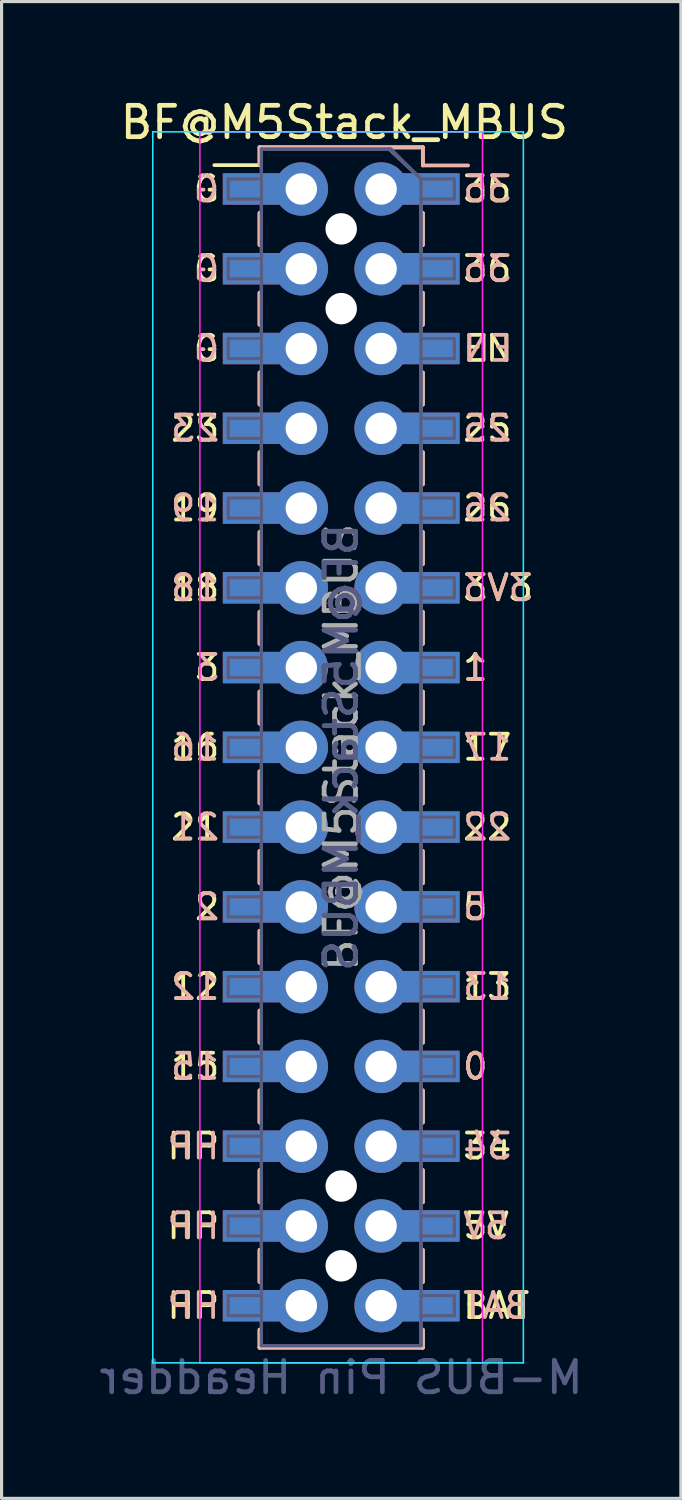
<source format=kicad_pcb>
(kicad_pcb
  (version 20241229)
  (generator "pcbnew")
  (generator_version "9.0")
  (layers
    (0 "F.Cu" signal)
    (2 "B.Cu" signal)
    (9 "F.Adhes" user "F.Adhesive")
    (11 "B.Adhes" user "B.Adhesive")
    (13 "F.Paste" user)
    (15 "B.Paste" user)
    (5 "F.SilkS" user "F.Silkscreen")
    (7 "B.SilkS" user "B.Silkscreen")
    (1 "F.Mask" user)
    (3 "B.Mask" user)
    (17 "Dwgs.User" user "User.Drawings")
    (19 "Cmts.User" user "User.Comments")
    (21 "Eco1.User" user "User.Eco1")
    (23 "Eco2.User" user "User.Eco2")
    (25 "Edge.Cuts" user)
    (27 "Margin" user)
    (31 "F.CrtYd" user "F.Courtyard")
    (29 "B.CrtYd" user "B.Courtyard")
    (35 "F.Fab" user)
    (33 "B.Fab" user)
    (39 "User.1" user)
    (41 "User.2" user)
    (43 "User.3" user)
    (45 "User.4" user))
  (footprint "BF@M5Stack_MBUS"
    (layer "F.Cu")
    (at 7.815 20.748)
    (property "Reference" "BF@M5Stack_MBUS" (at 0.1 -19.9 0) (layer "F.SilkS") (effects (font (size 1 1) (thickness 0.15))))
    (attr through_hole)
    (fp_line (start -4.04 -18.54) (end -2.6 -18.54) (stroke (width 0.12) (type solid)) (layer "F.SilkS"))
    (fp_line (start -2.6 -19.11) (end -2.6 -18.54) (stroke (width 0.12) (type solid)) (layer "F.SilkS"))
    (fp_line (start -2.6 -19.11) (end 2.6 -19.11) (stroke (width 0.12) (type solid)) (layer "F.SilkS"))
    (fp_line (start -2.6 -17.02) (end -2.6 -16) (stroke (width 0.12) (type solid)) (layer "F.SilkS"))
    (fp_line (start -2.6 -14.48) (end -2.6 -13.46) (stroke (width 0.12) (type solid)) (layer "F.SilkS"))
    (fp_line (start -2.6 -11.94) (end -2.6 -10.92) (stroke (width 0.12) (type solid)) (layer "F.SilkS"))
    (fp_line (start -2.6 -9.4) (end -2.6 -8.38) (stroke (width 0.12) (type solid)) (layer "F.SilkS"))
    (fp_line (start -2.6 -6.86) (end -2.6 -5.84) (stroke (width 0.12) (type solid)) (layer "F.SilkS"))
    (fp_line (start -2.6 -4.32) (end -2.6 -3.3) (stroke (width 0.12) (type solid)) (layer "F.SilkS"))
    (fp_line (start -2.6 -1.78) (end -2.6 -0.76) (stroke (width 0.12) (type solid)) (layer "F.SilkS"))
    (fp_line (start -2.6 0.76) (end -2.6 1.78) (stroke (width 0.12) (type solid)) (layer "F.SilkS"))
    (fp_line (start -2.6 3.3) (end -2.6 4.32) (stroke (width 0.12) (type solid)) (layer "F.SilkS"))
    (fp_line (start -2.6 5.84) (end -2.6 6.86) (stroke (width 0.12) (type solid)) (layer "F.SilkS"))
    (fp_line (start -2.6 8.38) (end -2.6 9.4) (stroke (width 0.12) (type solid)) (layer "F.SilkS"))
    (fp_line (start -2.6 10.92) (end -2.6 11.94) (stroke (width 0.12) (type solid)) (layer "F.SilkS"))
    (fp_line (start -2.6 13.46) (end -2.6 14.48) (stroke (width 0.12) (type solid)) (layer "F.SilkS"))
    (fp_line (start -2.6 16) (end -2.6 17.02) (stroke (width 0.12) (type solid)) (layer "F.SilkS"))
    (fp_line (start -2.6 18.54) (end -2.6 19.11) (stroke (width 0.12) (type solid)) (layer "F.SilkS"))
    (fp_line (start -2.6 19.11) (end 2.6 19.11) (stroke (width 0.12) (type solid)) (layer "F.SilkS"))
    (fp_line (start 2.6 -19.11) (end 2.6 -18.54) (stroke (width 0.12) (type solid)) (layer "F.SilkS"))
    (fp_line (start 2.6 -17.02) (end 2.6 -16) (stroke (width 0.12) (type solid)) (layer "F.SilkS"))
    (fp_line (start 2.6 -14.48) (end 2.6 -13.46) (stroke (width 0.12) (type solid)) (layer "F.SilkS"))
    (fp_line (start 2.6 -11.94) (end 2.6 -10.92) (stroke (width 0.12) (type solid)) (layer "F.SilkS"))
    (fp_line (start 2.6 -9.4) (end 2.6 -8.38) (stroke (width 0.12) (type solid)) (layer "F.SilkS"))
    (fp_line (start 2.6 -6.86) (end 2.6 -5.84) (stroke (width 0.12) (type solid)) (layer "F.SilkS"))
    (fp_line (start 2.6 -4.32) (end 2.6 -3.3) (stroke (width 0.12) (type solid)) (layer "F.SilkS"))
    (fp_line (start 2.6 -1.78) (end 2.6 -0.76) (stroke (width 0.12) (type solid)) (layer "F.SilkS"))
    (fp_line (start 2.6 0.76) (end 2.6 1.78) (stroke (width 0.12) (type solid)) (layer "F.SilkS"))
    (fp_line (start 2.6 3.3) (end 2.6 4.32) (stroke (width 0.12) (type solid)) (layer "F.SilkS"))
    (fp_line (start 2.6 5.84) (end 2.6 6.86) (stroke (width 0.12) (type solid)) (layer "F.SilkS"))
    (fp_line (start 2.6 8.38) (end 2.6 9.4) (stroke (width 0.12) (type solid)) (layer "F.SilkS"))
    (fp_line (start 2.6 10.92) (end 2.6 11.94) (stroke (width 0.12) (type solid)) (layer "F.SilkS"))
    (fp_line (start 2.6 13.46) (end 2.6 14.48) (stroke (width 0.12) (type solid)) (layer "F.SilkS"))
    (fp_line (start 2.6 16) (end 2.6 17.02) (stroke (width 0.12) (type solid)) (layer "F.SilkS"))
    (fp_line (start 2.6 18.54) (end 2.6 19.11) (stroke (width 0.12) (type solid)) (layer "F.SilkS"))
    (fp_line (start -2.6 -19.1) (end -2.6 -18.53) (stroke (width 0.12) (type solid)) (layer "B.SilkS"))
    (fp_line (start -2.6 -17.01) (end -2.6 -15.99) (stroke (width 0.12) (type solid)) (layer "B.SilkS"))
    (fp_line (start -2.6 -14.47) (end -2.6 -13.45) (stroke (width 0.12) (type solid)) (layer "B.SilkS"))
    (fp_line (start -2.6 -11.93) (end -2.6 -10.91) (stroke (width 0.12) (type solid)) (layer "B.SilkS"))
    (fp_line (start -2.6 -9.39) (end -2.6 -8.37) (stroke (width 0.12) (type solid)) (layer "B.SilkS"))
    (fp_line (start -2.6 -6.85) (end -2.6 -5.83) (stroke (width 0.12) (type solid)) (layer "B.SilkS"))
    (fp_line (start -2.6 -4.31) (end -2.6 -3.29) (stroke (width 0.12) (type solid)) (layer "B.SilkS"))
    (fp_line (start -2.6 -1.77) (end -2.6 -0.75) (stroke (width 0.12) (type solid)) (layer "B.SilkS"))
    (fp_line (start -2.6 0.77) (end -2.6 1.79) (stroke (width 0.12) (type solid)) (layer "B.SilkS"))
    (fp_line (start -2.6 3.31) (end -2.6 4.33) (stroke (width 0.12) (type solid)) (layer "B.SilkS"))
    (fp_line (start -2.6 5.85) (end -2.6 6.87) (stroke (width 0.12) (type solid)) (layer "B.SilkS"))
    (fp_line (start -2.6 8.39) (end -2.6 9.41) (stroke (width 0.12) (type solid)) (layer "B.SilkS"))
    (fp_line (start -2.6 10.93) (end -2.6 11.95) (stroke (width 0.12) (type solid)) (layer "B.SilkS"))
    (fp_line (start -2.6 13.47) (end -2.6 14.49) (stroke (width 0.12) (type solid)) (layer "B.SilkS"))
    (fp_line (start -2.6 16.01) (end -2.6 17.03) (stroke (width 0.12) (type solid)) (layer "B.SilkS"))
    (fp_line (start -2.6 18.55) (end -2.6 19.12) (stroke (width 0.12) (type solid)) (layer "B.SilkS"))
    (fp_line (start 2.6 -19.1) (end -2.6 -19.1) (stroke (width 0.12) (type solid)) (layer "B.SilkS"))
    (fp_line (start 2.6 -19.1) (end 2.6 -18.53) (stroke (width 0.12) (type solid)) (layer "B.SilkS"))
    (fp_line (start 2.6 -17.01) (end 2.6 -15.99) (stroke (width 0.12) (type solid)) (layer "B.SilkS"))
    (fp_line (start 2.6 -14.47) (end 2.6 -13.45) (stroke (width 0.12) (type solid)) (layer "B.SilkS"))
    (fp_line (start 2.6 -11.93) (end 2.6 -10.91) (stroke (width 0.12) (type solid)) (layer "B.SilkS"))
    (fp_line (start 2.6 -9.39) (end 2.6 -8.37) (stroke (width 0.12) (type solid)) (layer "B.SilkS"))
    (fp_line (start 2.6 -6.85) (end 2.6 -5.83) (stroke (width 0.12) (type solid)) (layer "B.SilkS"))
    (fp_line (start 2.6 -4.31) (end 2.6 -3.29) (stroke (width 0.12) (type solid)) (layer "B.SilkS"))
    (fp_line (start 2.6 -1.77) (end 2.6 -0.75) (stroke (width 0.12) (type solid)) (layer "B.SilkS"))
    (fp_line (start 2.6 0.77) (end 2.6 1.79) (stroke (width 0.12) (type solid)) (layer "B.SilkS"))
    (fp_line (start 2.6 3.31) (end 2.6 4.33) (stroke (width 0.12) (type solid)) (layer "B.SilkS"))
    (fp_line (start 2.6 5.85) (end 2.6 6.87) (stroke (width 0.12) (type solid)) (layer "B.SilkS"))
    (fp_line (start 2.6 8.39) (end 2.6 9.41) (stroke (width 0.12) (type solid)) (layer "B.SilkS"))
    (fp_line (start 2.6 10.93) (end 2.6 11.95) (stroke (width 0.12) (type solid)) (layer "B.SilkS"))
    (fp_line (start 2.6 13.47) (end 2.6 14.49) (stroke (width 0.12) (type solid)) (layer "B.SilkS"))
    (fp_line (start 2.6 16.01) (end 2.6 17.03) (stroke (width 0.12) (type solid)) (layer "B.SilkS"))
    (fp_line (start 2.6 18.55) (end 2.6 19.12) (stroke (width 0.12) (type solid)) (layer "B.SilkS"))
    (fp_line (start 2.6 19.12) (end -2.6 19.12) (stroke (width 0.12) (type solid)) (layer "B.SilkS"))
    (fp_line (start 4.04 -18.53) (end 2.6 -18.53) (stroke (width 0.12) (type solid)) (layer "B.SilkS"))
    (fp_poly (pts (xy -1.968 -17.335) (xy -3.683 -17.335) (xy -3.683 -18.224) (xy -1.968 -18.224)) (stroke (width 0.1) (type solid)) (fill yes) (layer "F.Paste"))
    (fp_poly (pts (xy -1.968 -14.796) (xy -3.683 -14.796) (xy -3.683 -15.684) (xy -1.968 -15.684)) (stroke (width 0.1) (type solid)) (fill yes) (layer "F.Paste"))
    (fp_poly (pts (xy -1.968 -12.255) (xy -3.683 -12.255) (xy -3.683 -13.145) (xy -1.968 -13.145)) (stroke (width 0.1) (type solid)) (fill yes) (layer "F.Paste"))
    (fp_poly (pts (xy -1.968 -9.716) (xy -3.683 -9.716) (xy -3.683 -10.604) (xy -1.968 -10.604)) (stroke (width 0.1) (type solid)) (fill yes) (layer "F.Paste"))
    (fp_poly (pts (xy -1.968 -7.176) (xy -3.683 -7.176) (xy -3.683 -8.065) (xy -1.968 -8.065)) (stroke (width 0.1) (type solid)) (fill yes) (layer "F.Paste"))
    (fp_poly (pts (xy -1.968 -4.636) (xy -3.683 -4.636) (xy -3.683 -5.524) (xy -1.968 -5.524)) (stroke (width 0.1) (type solid)) (fill yes) (layer "F.Paste"))
    (fp_poly (pts (xy -1.968 -2.095) (xy -3.683 -2.095) (xy -3.683 -2.985) (xy -1.968 -2.985)) (stroke (width 0.1) (type solid)) (fill yes) (layer "F.Paste"))
    (fp_poly (pts (xy -1.968 0.445) (xy -3.683 0.445) (xy -3.683 -0.445) (xy -1.968 -0.445)) (stroke (width 0.1) (type solid)) (fill yes) (layer "F.Paste"))
    (fp_poly (pts (xy -1.968 2.985) (xy -3.683 2.985) (xy -3.683 2.095) (xy -1.968 2.095)) (stroke (width 0.1) (type solid)) (fill yes) (layer "F.Paste"))
    (fp_poly (pts (xy -1.968 5.524) (xy -3.683 5.524) (xy -3.683 4.636) (xy -1.968 4.636)) (stroke (width 0.1) (type solid)) (fill yes) (layer "F.Paste"))
    (fp_poly (pts (xy -1.968 8.065) (xy -3.683 8.065) (xy -3.683 7.176) (xy -1.968 7.176)) (stroke (width 0.1) (type solid)) (fill yes) (layer "F.Paste"))
    (fp_poly (pts (xy -1.968 10.604) (xy -3.683 10.604) (xy -3.683 9.716) (xy -1.968 9.716)) (stroke (width 0.1) (type solid)) (fill yes) (layer "F.Paste"))
    (fp_poly (pts (xy -1.968 13.145) (xy -3.683 13.145) (xy -3.683 12.255) (xy -1.968 12.255)) (stroke (width 0.1) (type solid)) (fill yes) (layer "F.Paste"))
    (fp_poly (pts (xy -1.968 15.684) (xy -3.683 15.684) (xy -3.683 14.796) (xy -1.968 14.796)) (stroke (width 0.1) (type solid)) (fill yes) (layer "F.Paste"))
    (fp_poly (pts (xy -1.968 18.224) (xy -3.683 18.224) (xy -3.683 17.335) (xy -1.968 17.335)) (stroke (width 0.1) (type solid)) (fill yes) (layer "F.Paste"))
    (fp_poly (pts (xy 3.683 -17.335) (xy 1.968 -17.335) (xy 1.968 -18.224) (xy 3.683 -18.224)) (stroke (width 0.1) (type solid)) (fill yes) (layer "F.Paste"))
    (fp_poly (pts (xy 3.683 -14.796) (xy 1.968 -14.796) (xy 1.968 -15.684) (xy 3.683 -15.684)) (stroke (width 0.1) (type solid)) (fill yes) (layer "F.Paste"))
    (fp_poly (pts (xy 3.683 -12.255) (xy 1.968 -12.255) (xy 1.968 -13.145) (xy 3.683 -13.145)) (stroke (width 0.1) (type solid)) (fill yes) (layer "F.Paste"))
    (fp_poly (pts (xy 3.683 -9.716) (xy 1.968 -9.716) (xy 1.968 -10.604) (xy 3.683 -10.604)) (stroke (width 0.1) (type solid)) (fill yes) (layer "F.Paste"))
    (fp_poly (pts (xy 3.683 -7.176) (xy 1.968 -7.176) (xy 1.968 -8.065) (xy 3.683 -8.065)) (stroke (width 0.1) (type solid)) (fill yes) (layer "F.Paste"))
    (fp_poly (pts (xy 3.683 -4.636) (xy 1.968 -4.636) (xy 1.968 -5.524) (xy 3.683 -5.524)) (stroke (width 0.1) (type solid)) (fill yes) (layer "F.Paste"))
    (fp_poly (pts (xy 3.683 -2.095) (xy 1.968 -2.095) (xy 1.968 -2.985) (xy 3.683 -2.985)) (stroke (width 0.1) (type solid)) (fill yes) (layer "F.Paste"))
    (fp_poly (pts (xy 3.683 0.445) (xy 1.968 0.445) (xy 1.968 -0.445) (xy 3.683 -0.445)) (stroke (width 0.1) (type solid)) (fill yes) (layer "F.Paste"))
    (fp_poly (pts (xy 3.683 2.985) (xy 1.968 2.985) (xy 1.968 2.095) (xy 3.683 2.095)) (stroke (width 0.1) (type solid)) (fill yes) (layer "F.Paste"))
    (fp_poly (pts (xy 3.683 5.524) (xy 1.968 5.524) (xy 1.968 4.636) (xy 3.683 4.636)) (stroke (width 0.1) (type solid)) (fill yes) (layer "F.Paste"))
    (fp_poly (pts (xy 3.683 8.065) (xy 1.968 8.065) (xy 1.968 7.176) (xy 3.683 7.176)) (stroke (width 0.1) (type solid)) (fill yes) (layer "F.Paste"))
    (fp_poly (pts (xy 3.683 10.604) (xy 1.968 10.604) (xy 1.968 9.716) (xy 3.683 9.716)) (stroke (width 0.1) (type solid)) (fill yes) (layer "F.Paste"))
    (fp_poly (pts (xy 3.683 13.145) (xy 1.968 13.145) (xy 1.968 12.255) (xy 3.683 12.255)) (stroke (width 0.1) (type solid)) (fill yes) (layer "F.Paste"))
    (fp_poly (pts (xy 3.683 15.684) (xy 1.968 15.684) (xy 1.968 14.796) (xy 3.683 14.796)) (stroke (width 0.1) (type solid)) (fill yes) (layer "F.Paste"))
    (fp_poly (pts (xy 3.683 18.224) (xy 1.968 18.224) (xy 1.968 17.335) (xy 3.683 17.335)) (stroke (width 0.1) (type solid)) (fill yes) (layer "F.Paste"))
    (fp_poly (pts (xy -1.968 -18.224) (xy -3.683 -18.224) (xy -3.683 -17.335) (xy -1.968 -17.335)) (stroke (width 0.1) (type solid)) (fill yes) (layer "B.Paste"))
    (fp_poly (pts (xy -1.968 -15.684) (xy -3.683 -15.684) (xy -3.683 -14.796) (xy -1.968 -14.796)) (stroke (width 0.1) (type solid)) (fill yes) (layer "B.Paste"))
    (fp_poly (pts (xy -1.968 -13.145) (xy -3.683 -13.145) (xy -3.683 -12.255) (xy -1.968 -12.255)) (stroke (width 0.1) (type solid)) (fill yes) (layer "B.Paste"))
    (fp_poly (pts (xy -1.968 -10.604) (xy -3.683 -10.604) (xy -3.683 -9.716) (xy -1.968 -9.716)) (stroke (width 0.1) (type solid)) (fill yes) (layer "B.Paste"))
    (fp_poly (pts (xy -1.968 -8.065) (xy -3.683 -8.065) (xy -3.683 -7.176) (xy -1.968 -7.176)) (stroke (width 0.1) (type solid)) (fill yes) (layer "B.Paste"))
    (fp_poly (pts (xy -1.968 -5.524) (xy -3.683 -5.524) (xy -3.683 -4.636) (xy -1.968 -4.636)) (stroke (width 0.1) (type solid)) (fill yes) (layer "B.Paste"))
    (fp_poly (pts (xy -1.968 -2.985) (xy -3.683 -2.985) (xy -3.683 -2.095) (xy -1.968 -2.095)) (stroke (width 0.1) (type solid)) (fill yes) (layer "B.Paste"))
    (fp_poly (pts (xy -1.968 -0.445) (xy -3.683 -0.445) (xy -3.683 0.445) (xy -1.968 0.445)) (stroke (width 0.1) (type solid)) (fill yes) (layer "B.Paste"))
    (fp_poly (pts (xy -1.968 2.095) (xy -3.683 2.095) (xy -3.683 2.985) (xy -1.968 2.985)) (stroke (width 0.1) (type solid)) (fill yes) (layer "B.Paste"))
    (fp_poly (pts (xy -1.968 4.636) (xy -3.683 4.636) (xy -3.683 5.524) (xy -1.968 5.524)) (stroke (width 0.1) (type solid)) (fill yes) (layer "B.Paste"))
    (fp_poly (pts (xy -1.968 7.176) (xy -3.683 7.176) (xy -3.683 8.065) (xy -1.968 8.065)) (stroke (width 0.1) (type solid)) (fill yes) (layer "B.Paste"))
    (fp_poly (pts (xy -1.968 9.716) (xy -3.683 9.716) (xy -3.683 10.604) (xy -1.968 10.604)) (stroke (width 0.1) (type solid)) (fill yes) (layer "B.Paste"))
    (fp_poly (pts (xy -1.968 12.255) (xy -3.683 12.255) (xy -3.683 13.145) (xy -1.968 13.145)) (stroke (width 0.1) (type solid)) (fill yes) (layer "B.Paste"))
    (fp_poly (pts (xy -1.968 14.796) (xy -3.683 14.796) (xy -3.683 15.684) (xy -1.968 15.684)) (stroke (width 0.1) (type solid)) (fill yes) (layer "B.Paste"))
    (fp_poly (pts (xy -1.968 17.335) (xy -3.683 17.335) (xy -3.683 18.224) (xy -1.968 18.224)) (stroke (width 0.1) (type solid)) (fill yes) (layer "B.Paste"))
    (fp_poly (pts (xy 3.683 -18.224) (xy 1.968 -18.224) (xy 1.968 -17.335) (xy 3.683 -17.335)) (stroke (width 0.1) (type solid)) (fill yes) (layer "B.Paste"))
    (fp_poly (pts (xy 3.683 -15.684) (xy 1.968 -15.684) (xy 1.968 -14.796) (xy 3.683 -14.796)) (stroke (width 0.1) (type solid)) (fill yes) (layer "B.Paste"))
    (fp_poly (pts (xy 3.683 -13.145) (xy 1.968 -13.145) (xy 1.968 -12.255) (xy 3.683 -12.255)) (stroke (width 0.1) (type solid)) (fill yes) (layer "B.Paste"))
    (fp_poly (pts (xy 3.683 -10.604) (xy 1.968 -10.604) (xy 1.968 -9.716) (xy 3.683 -9.716)) (stroke (width 0.1) (type solid)) (fill yes) (layer "B.Paste"))
    (fp_poly (pts (xy 3.683 -8.065) (xy 1.968 -8.065) (xy 1.968 -7.176) (xy 3.683 -7.176)) (stroke (width 0.1) (type solid)) (fill yes) (layer "B.Paste"))
    (fp_poly (pts (xy 3.683 -5.524) (xy 1.968 -5.524) (xy 1.968 -4.636) (xy 3.683 -4.636)) (stroke (width 0.1) (type solid)) (fill yes) (layer "B.Paste"))
    (fp_poly (pts (xy 3.683 -2.985) (xy 1.968 -2.985) (xy 1.968 -2.095) (xy 3.683 -2.095)) (stroke (width 0.1) (type solid)) (fill yes) (layer "B.Paste"))
    (fp_poly (pts (xy 3.683 -0.445) (xy 1.968 -0.445) (xy 1.968 0.445) (xy 3.683 0.445)) (stroke (width 0.1) (type solid)) (fill yes) (layer "B.Paste"))
    (fp_poly (pts (xy 3.683 2.095) (xy 1.968 2.095) (xy 1.968 2.985) (xy 3.683 2.985)) (stroke (width 0.1) (type solid)) (fill yes) (layer "B.Paste"))
    (fp_poly (pts (xy 3.683 4.636) (xy 1.968 4.636) (xy 1.968 5.524) (xy 3.683 5.524)) (stroke (width 0.1) (type solid)) (fill yes) (layer "B.Paste"))
    (fp_poly (pts (xy 3.683 7.176) (xy 1.968 7.176) (xy 1.968 8.065) (xy 3.683 8.065)) (stroke (width 0.1) (type solid)) (fill yes) (layer "B.Paste"))
    (fp_poly (pts (xy 3.683 9.716) (xy 1.968 9.716) (xy 1.968 10.604) (xy 3.683 10.604)) (stroke (width 0.1) (type solid)) (fill yes) (layer "B.Paste"))
    (fp_poly (pts (xy 3.683 12.255) (xy 1.968 12.255) (xy 1.968 13.145) (xy 3.683 13.145)) (stroke (width 0.1) (type solid)) (fill yes) (layer "B.Paste"))
    (fp_poly (pts (xy 3.683 14.796) (xy 1.968 14.796) (xy 1.968 15.684) (xy 3.683 15.684)) (stroke (width 0.1) (type solid)) (fill yes) (layer "B.Paste"))
    (fp_poly (pts (xy 3.683 17.335) (xy 1.968 17.335) (xy 1.968 18.224) (xy 3.683 18.224)) (stroke (width 0.1) (type solid)) (fill yes) (layer "B.Paste"))
    (fp_line (start -6 -19.6) (end 5.8 -19.6) (stroke (width 0.05) (type solid)) (layer "B.CrtYd"))
    (fp_line (start -6 19.6) (end -6 -19.6) (stroke (width 0.05) (type solid)) (layer "B.CrtYd"))
    (fp_line (start 5.8 -19.6) (end 5.8 19.6) (stroke (width 0.05) (type solid)) (layer "B.CrtYd"))
    (fp_line (start 5.8 19.6) (end -6 19.6) (stroke (width 0.05) (type solid)) (layer "B.CrtYd"))
    (fp_line (start -4.5 -19.6) (end -4.5 19.6) (stroke (width 0.05) (type solid)) (layer "F.CrtYd"))
    (fp_line (start -4.5 19.6) (end 4.5 19.6) (stroke (width 0.05) (type solid)) (layer "F.CrtYd"))
    (fp_line (start 4.5 -19.6) (end -4.5 -19.6) (stroke (width 0.05) (type solid)) (layer "F.CrtYd"))
    (fp_line (start 4.5 19.6) (end 4.5 -19.6) (stroke (width 0.05) (type solid)) (layer "F.CrtYd"))
    (fp_line (start -3.6 -18.1) (end -3.6 -17.46) (stroke (width 0.1) (type solid)) (layer "B.Fab"))
    (fp_line (start -3.6 -18.1) (end -3.6 -17.46) (stroke (width 0.1) (type solid)) (layer "B.Fab"))
    (fp_line (start -3.6 -17.46) (end -2.54 -17.46) (stroke (width 0.1) (type solid)) (layer "B.Fab"))
    (fp_line (start -3.6 -17.46) (end -2.54 -17.46) (stroke (width 0.1) (type solid)) (layer "B.Fab"))
    (fp_line (start -3.6 -15.56) (end -3.6 -14.92) (stroke (width 0.1) (type solid)) (layer "B.Fab"))
    (fp_line (start -3.6 -15.56) (end -3.6 -14.92) (stroke (width 0.1) (type solid)) (layer "B.Fab"))
    (fp_line (start -3.6 -14.92) (end -2.54 -14.92) (stroke (width 0.1) (type solid)) (layer "B.Fab"))
    (fp_line (start -3.6 -14.92) (end -2.54 -14.92) (stroke (width 0.1) (type solid)) (layer "B.Fab"))
    (fp_line (start -3.6 -13.02) (end -3.6 -12.38) (stroke (width 0.1) (type solid)) (layer "B.Fab"))
    (fp_line (start -3.6 -13.02) (end -3.6 -12.38) (stroke (width 0.1) (type solid)) (layer "B.Fab"))
    (fp_line (start -3.6 -12.38) (end -2.54 -12.38) (stroke (width 0.1) (type solid)) (layer "B.Fab"))
    (fp_line (start -3.6 -12.38) (end -2.54 -12.38) (stroke (width 0.1) (type solid)) (layer "B.Fab"))
    (fp_line (start -3.6 -10.48) (end -3.6 -9.84) (stroke (width 0.1) (type solid)) (layer "B.Fab"))
    (fp_line (start -3.6 -10.48) (end -3.6 -9.84) (stroke (width 0.1) (type solid)) (layer "B.Fab"))
    (fp_line (start -3.6 -9.84) (end -2.54 -9.84) (stroke (width 0.1) (type solid)) (layer "B.Fab"))
    (fp_line (start -3.6 -9.84) (end -2.54 -9.84) (stroke (width 0.1) (type solid)) (layer "B.Fab"))
    (fp_line (start -3.6 -7.94) (end -3.6 -7.3) (stroke (width 0.1) (type solid)) (layer "B.Fab"))
    (fp_line (start -3.6 -7.94) (end -3.6 -7.3) (stroke (width 0.1) (type solid)) (layer "B.Fab"))
    (fp_line (start -3.6 -7.3) (end -2.54 -7.3) (stroke (width 0.1) (type solid)) (layer "B.Fab"))
    (fp_line (start -3.6 -7.3) (end -2.54 -7.3) (stroke (width 0.1) (type solid)) (layer "B.Fab"))
    (fp_line (start -3.6 -5.4) (end -3.6 -4.76) (stroke (width 0.1) (type solid)) (layer "B.Fab"))
    (fp_line (start -3.6 -5.4) (end -3.6 -4.76) (stroke (width 0.1) (type solid)) (layer "B.Fab"))
    (fp_line (start -3.6 -4.76) (end -2.54 -4.76) (stroke (width 0.1) (type solid)) (layer "B.Fab"))
    (fp_line (start -3.6 -4.76) (end -2.54 -4.76) (stroke (width 0.1) (type solid)) (layer "B.Fab"))
    (fp_line (start -3.6 -2.86) (end -3.6 -2.22) (stroke (width 0.1) (type solid)) (layer "B.Fab"))
    (fp_line (start -3.6 -2.86) (end -3.6 -2.22) (stroke (width 0.1) (type solid)) (layer "B.Fab"))
    (fp_line (start -3.6 -2.22) (end -2.54 -2.22) (stroke (width 0.1) (type solid)) (layer "B.Fab"))
    (fp_line (start -3.6 -2.22) (end -2.54 -2.22) (stroke (width 0.1) (type solid)) (layer "B.Fab"))
    (fp_line (start -3.6 -0.32) (end -3.6 0.32) (stroke (width 0.1) (type solid)) (layer "B.Fab"))
    (fp_line (start -3.6 -0.32) (end -3.6 0.32) (stroke (width 0.1) (type solid)) (layer "B.Fab"))
    (fp_line (start -3.6 0.32) (end -2.54 0.32) (stroke (width 0.1) (type solid)) (layer "B.Fab"))
    (fp_line (start -3.6 0.32) (end -2.54 0.32) (stroke (width 0.1) (type solid)) (layer "B.Fab"))
    (fp_line (start -3.6 2.22) (end -3.6 2.86) (stroke (width 0.1) (type solid)) (layer "B.Fab"))
    (fp_line (start -3.6 2.22) (end -3.6 2.86) (stroke (width 0.1) (type solid)) (layer "B.Fab"))
    (fp_line (start -3.6 2.86) (end -2.54 2.86) (stroke (width 0.1) (type solid)) (layer "B.Fab"))
    (fp_line (start -3.6 2.86) (end -2.54 2.86) (stroke (width 0.1) (type solid)) (layer "B.Fab"))
    (fp_line (start -3.6 4.76) (end -3.6 5.4) (stroke (width 0.1) (type solid)) (layer "B.Fab"))
    (fp_line (start -3.6 4.76) (end -3.6 5.4) (stroke (width 0.1) (type solid)) (layer "B.Fab"))
    (fp_line (start -3.6 5.4) (end -2.54 5.4) (stroke (width 0.1) (type solid)) (layer "B.Fab"))
    (fp_line (start -3.6 5.4) (end -2.54 5.4) (stroke (width 0.1) (type solid)) (layer "B.Fab"))
    (fp_line (start -3.6 7.3) (end -3.6 7.94) (stroke (width 0.1) (type solid)) (layer "B.Fab"))
    (fp_line (start -3.6 7.3) (end -3.6 7.94) (stroke (width 0.1) (type solid)) (layer "B.Fab"))
    (fp_line (start -3.6 7.94) (end -2.54 7.94) (stroke (width 0.1) (type solid)) (layer "B.Fab"))
    (fp_line (start -3.6 7.94) (end -2.54 7.94) (stroke (width 0.1) (type solid)) (layer "B.Fab"))
    (fp_line (start -3.6 9.84) (end -3.6 10.48) (stroke (width 0.1) (type solid)) (layer "B.Fab"))
    (fp_line (start -3.6 9.84) (end -3.6 10.48) (stroke (width 0.1) (type solid)) (layer "B.Fab"))
    (fp_line (start -3.6 10.48) (end -2.54 10.48) (stroke (width 0.1) (type solid)) (layer "B.Fab"))
    (fp_line (start -3.6 10.48) (end -2.54 10.48) (stroke (width 0.1) (type solid)) (layer "B.Fab"))
    (fp_line (start -3.6 12.38) (end -3.6 13.02) (stroke (width 0.1) (type solid)) (layer "B.Fab"))
    (fp_line (start -3.6 12.38) (end -3.6 13.02) (stroke (width 0.1) (type solid)) (layer "B.Fab"))
    (fp_line (start -3.6 13.02) (end -2.54 13.02) (stroke (width 0.1) (type solid)) (layer "B.Fab"))
    (fp_line (start -3.6 13.02) (end -2.54 13.02) (stroke (width 0.1) (type solid)) (layer "B.Fab"))
    (fp_line (start -3.6 14.92) (end -3.6 15.56) (stroke (width 0.1) (type solid)) (layer "B.Fab"))
    (fp_line (start -3.6 14.92) (end -3.6 15.56) (stroke (width 0.1) (type solid)) (layer "B.Fab"))
    (fp_line (start -3.6 15.56) (end -2.54 15.56) (stroke (width 0.1) (type solid)) (layer "B.Fab"))
    (fp_line (start -3.6 15.56) (end -2.54 15.56) (stroke (width 0.1) (type solid)) (layer "B.Fab"))
    (fp_line (start -3.6 17.46) (end -3.6 18.1) (stroke (width 0.1) (type solid)) (layer "B.Fab"))
    (fp_line (start -3.6 17.46) (end -3.6 18.1) (stroke (width 0.1) (type solid)) (layer "B.Fab"))
    (fp_line (start -3.6 18.1) (end -2.54 18.1) (stroke (width 0.1) (type solid)) (layer "B.Fab"))
    (fp_line (start -3.6 18.1) (end -2.54 18.1) (stroke (width 0.1) (type solid)) (layer "B.Fab"))
    (fp_line (start -2.54 -19.05) (end -2.54 19.05) (stroke (width 0.1) (type solid)) (layer "B.Fab"))
    (fp_line (start -2.54 -19.05) (end 1.524 -19.05) (stroke (width 0.1) (type solid)) (layer "B.Fab"))
    (fp_line (start -2.54 -18.1) (end -3.6 -18.1) (stroke (width 0.1) (type solid)) (layer "B.Fab"))
    (fp_line (start -2.54 -18.1) (end -3.6 -18.1) (stroke (width 0.1) (type solid)) (layer "B.Fab"))
    (fp_line (start -2.54 -15.56) (end -3.6 -15.56) (stroke (width 0.1) (type solid)) (layer "B.Fab"))
    (fp_line (start -2.54 -15.56) (end -3.6 -15.56) (stroke (width 0.1) (type solid)) (layer "B.Fab"))
    (fp_line (start -2.54 -13.02) (end -3.6 -13.02) (stroke (width 0.1) (type solid)) (layer "B.Fab"))
    (fp_line (start -2.54 -13.02) (end -3.6 -13.02) (stroke (width 0.1) (type solid)) (layer "B.Fab"))
    (fp_line (start -2.54 -10.48) (end -3.6 -10.48) (stroke (width 0.1) (type solid)) (layer "B.Fab"))
    (fp_line (start -2.54 -10.48) (end -3.6 -10.48) (stroke (width 0.1) (type solid)) (layer "B.Fab"))
    (fp_line (start -2.54 -7.94) (end -3.6 -7.94) (stroke (width 0.1) (type solid)) (layer "B.Fab"))
    (fp_line (start -2.54 -7.94) (end -3.6 -7.94) (stroke (width 0.1) (type solid)) (layer "B.Fab"))
    (fp_line (start -2.54 -5.4) (end -3.6 -5.4) (stroke (width 0.1) (type solid)) (layer "B.Fab"))
    (fp_line (start -2.54 -5.4) (end -3.6 -5.4) (stroke (width 0.1) (type solid)) (layer "B.Fab"))
    (fp_line (start -2.54 -2.86) (end -3.6 -2.86) (stroke (width 0.1) (type solid)) (layer "B.Fab"))
    (fp_line (start -2.54 -2.86) (end -3.6 -2.86) (stroke (width 0.1) (type solid)) (layer "B.Fab"))
    (fp_line (start -2.54 -0.32) (end -3.6 -0.32) (stroke (width 0.1) (type solid)) (layer "B.Fab"))
    (fp_line (start -2.54 -0.32) (end -3.6 -0.32) (stroke (width 0.1) (type solid)) (layer "B.Fab"))
    (fp_line (start -2.54 2.22) (end -3.6 2.22) (stroke (width 0.1) (type solid)) (layer "B.Fab"))
    (fp_line (start -2.54 2.22) (end -3.6 2.22) (stroke (width 0.1) (type solid)) (layer "B.Fab"))
    (fp_line (start -2.54 4.76) (end -3.6 4.76) (stroke (width 0.1) (type solid)) (layer "B.Fab"))
    (fp_line (start -2.54 4.76) (end -3.6 4.76) (stroke (width 0.1) (type solid)) (layer "B.Fab"))
    (fp_line (start -2.54 7.3) (end -3.6 7.3) (stroke (width 0.1) (type solid)) (layer "B.Fab"))
    (fp_line (start -2.54 7.3) (end -3.6 7.3) (stroke (width 0.1) (type solid)) (layer "B.Fab"))
    (fp_line (start -2.54 9.84) (end -3.6 9.84) (stroke (width 0.1) (type solid)) (layer "B.Fab"))
    (fp_line (start -2.54 9.84) (end -3.6 9.84) (stroke (width 0.1) (type solid)) (layer "B.Fab"))
    (fp_line (start -2.54 12.38) (end -3.6 12.38) (stroke (width 0.1) (type solid)) (layer "B.Fab"))
    (fp_line (start -2.54 12.38) (end -3.6 12.38) (stroke (width 0.1) (type solid)) (layer "B.Fab"))
    (fp_line (start -2.54 14.92) (end -3.6 14.92) (stroke (width 0.1) (type solid)) (layer "B.Fab"))
    (fp_line (start -2.54 14.92) (end -3.6 14.92) (stroke (width 0.1) (type solid)) (layer "B.Fab"))
    (fp_line (start -2.54 17.46) (end -3.6 17.46) (stroke (width 0.1) (type solid)) (layer "B.Fab"))
    (fp_line (start -2.54 17.46) (end -3.6 17.46) (stroke (width 0.1) (type solid)) (layer "B.Fab"))
    (fp_line (start -2.54 19.05) (end -2.54 -19.05) (stroke (width 0.1) (type solid)) (layer "B.Fab"))
    (fp_line (start -2.54 19.05) (end 2.54 19.05) (stroke (width 0.1) (type solid)) (layer "B.Fab"))
    (fp_line (start 1.59 -19.05) (end -2.54 -19.05) (stroke (width 0.1) (type solid)) (layer "B.Fab"))
    (fp_line (start 2.54 -18.1) (end 1.524 -19.05) (stroke (width 0.1) (type solid)) (layer "B.Fab"))
    (fp_line (start 2.54 -18.1) (end 1.59 -19.05) (stroke (width 0.1) (type solid)) (layer "B.Fab"))
    (fp_line (start 2.54 -18.1) (end 2.54 19.05) (stroke (width 0.1) (type solid)) (layer "B.Fab"))
    (fp_line (start 2.54 -18.1) (end 3.6 -18.1) (stroke (width 0.1) (type solid)) (layer "B.Fab"))
    (fp_line (start 2.54 -18.1) (end 3.6 -18.1) (stroke (width 0.1) (type solid)) (layer "B.Fab"))
    (fp_line (start 2.54 -15.56) (end 3.6 -15.56) (stroke (width 0.1) (type solid)) (layer "B.Fab"))
    (fp_line (start 2.54 -15.56) (end 3.6 -15.56) (stroke (width 0.1) (type solid)) (layer "B.Fab"))
    (fp_line (start 2.54 -13.02) (end 3.6 -13.02) (stroke (width 0.1) (type solid)) (layer "B.Fab"))
    (fp_line (start 2.54 -13.02) (end 3.6 -13.02) (stroke (width 0.1) (type solid)) (layer "B.Fab"))
    (fp_line (start 2.54 -10.48) (end 3.6 -10.48) (stroke (width 0.1) (type solid)) (layer "B.Fab"))
    (fp_line (start 2.54 -10.48) (end 3.6 -10.48) (stroke (width 0.1) (type solid)) (layer "B.Fab"))
    (fp_line (start 2.54 -7.94) (end 3.6 -7.94) (stroke (width 0.1) (type solid)) (layer "B.Fab"))
    (fp_line (start 2.54 -7.94) (end 3.6 -7.94) (stroke (width 0.1) (type solid)) (layer "B.Fab"))
    (fp_line (start 2.54 -5.4) (end 3.6 -5.4) (stroke (width 0.1) (type solid)) (layer "B.Fab"))
    (fp_line (start 2.54 -5.4) (end 3.6 -5.4) (stroke (width 0.1) (type solid)) (layer "B.Fab"))
    (fp_line (start 2.54 -2.86) (end 3.6 -2.86) (stroke (width 0.1) (type solid)) (layer "B.Fab"))
    (fp_line (start 2.54 -2.86) (end 3.6 -2.86) (stroke (width 0.1) (type solid)) (layer "B.Fab"))
    (fp_line (start 2.54 -0.32) (end 3.6 -0.32) (stroke (width 0.1) (type solid)) (layer "B.Fab"))
    (fp_line (start 2.54 -0.32) (end 3.6 -0.32) (stroke (width 0.1) (type solid)) (layer "B.Fab"))
    (fp_line (start 2.54 2.22) (end 3.6 2.22) (stroke (width 0.1) (type solid)) (layer "B.Fab"))
    (fp_line (start 2.54 2.22) (end 3.6 2.22) (stroke (width 0.1) (type solid)) (layer "B.Fab"))
    (fp_line (start 2.54 4.76) (end 3.6 4.76) (stroke (width 0.1) (type solid)) (layer "B.Fab"))
    (fp_line (start 2.54 4.76) (end 3.6 4.76) (stroke (width 0.1) (type solid)) (layer "B.Fab"))
    (fp_line (start 2.54 7.3) (end 3.6 7.3) (stroke (width 0.1) (type solid)) (layer "B.Fab"))
    (fp_line (start 2.54 7.3) (end 3.6 7.3) (stroke (width 0.1) (type solid)) (layer "B.Fab"))
    (fp_line (start 2.54 9.84) (end 3.6 9.84) (stroke (width 0.1) (type solid)) (layer "B.Fab"))
    (fp_line (start 2.54 9.84) (end 3.6 9.84) (stroke (width 0.1) (type solid)) (layer "B.Fab"))
    (fp_line (start 2.54 12.38) (end 3.6 12.38) (stroke (width 0.1) (type solid)) (layer "B.Fab"))
    (fp_line (start 2.54 12.38) (end 3.6 12.38) (stroke (width 0.1) (type solid)) (layer "B.Fab"))
    (fp_line (start 2.54 14.92) (end 3.6 14.92) (stroke (width 0.1) (type solid)) (layer "B.Fab"))
    (fp_line (start 2.54 14.92) (end 3.6 14.92) (stroke (width 0.1) (type solid)) (layer "B.Fab"))
    (fp_line (start 2.54 17.46) (end 3.6 17.46) (stroke (width 0.1) (type solid)) (layer "B.Fab"))
    (fp_line (start 2.54 17.46) (end 3.6 17.46) (stroke (width 0.1) (type solid)) (layer "B.Fab"))
    (fp_line (start 2.54 19.05) (end -2.54 19.05) (stroke (width 0.1) (type solid)) (layer "B.Fab"))
    (fp_line (start 2.54 19.05) (end 2.54 -18.1) (stroke (width 0.1) (type solid)) (layer "B.Fab"))
    (fp_line (start 3.6 -18.1) (end 3.6 -17.46) (stroke (width 0.1) (type solid)) (layer "B.Fab"))
    (fp_line (start 3.6 -18.1) (end 3.6 -17.46) (stroke (width 0.1) (type solid)) (layer "B.Fab"))
    (fp_line (start 3.6 -17.46) (end 2.54 -17.46) (stroke (width 0.1) (type solid)) (layer "B.Fab"))
    (fp_line (start 3.6 -17.46) (end 2.54 -17.46) (stroke (width 0.1) (type solid)) (layer "B.Fab"))
    (fp_line (start 3.6 -15.56) (end 3.6 -14.92) (stroke (width 0.1) (type solid)) (layer "B.Fab"))
    (fp_line (start 3.6 -15.56) (end 3.6 -14.92) (stroke (width 0.1) (type solid)) (layer "B.Fab"))
    (fp_line (start 3.6 -14.92) (end 2.54 -14.92) (stroke (width 0.1) (type solid)) (layer "B.Fab"))
    (fp_line (start 3.6 -14.92) (end 2.54 -14.92) (stroke (width 0.1) (type solid)) (layer "B.Fab"))
    (fp_line (start 3.6 -13.02) (end 3.6 -12.38) (stroke (width 0.1) (type solid)) (layer "B.Fab"))
    (fp_line (start 3.6 -13.02) (end 3.6 -12.38) (stroke (width 0.1) (type solid)) (layer "B.Fab"))
    (fp_line (start 3.6 -12.38) (end 2.54 -12.38) (stroke (width 0.1) (type solid)) (layer "B.Fab"))
    (fp_line (start 3.6 -12.38) (end 2.54 -12.38) (stroke (width 0.1) (type solid)) (layer "B.Fab"))
    (fp_line (start 3.6 -10.48) (end 3.6 -9.84) (stroke (width 0.1) (type solid)) (layer "B.Fab"))
    (fp_line (start 3.6 -10.48) (end 3.6 -9.84) (stroke (width 0.1) (type solid)) (layer "B.Fab"))
    (fp_line (start 3.6 -9.84) (end 2.54 -9.84) (stroke (width 0.1) (type solid)) (layer "B.Fab"))
    (fp_line (start 3.6 -9.84) (end 2.54 -9.84) (stroke (width 0.1) (type solid)) (layer "B.Fab"))
    (fp_line (start 3.6 -7.94) (end 3.6 -7.3) (stroke (width 0.1) (type solid)) (layer "B.Fab"))
    (fp_line (start 3.6 -7.94) (end 3.6 -7.3) (stroke (width 0.1) (type solid)) (layer "B.Fab"))
    (fp_line (start 3.6 -7.3) (end 2.54 -7.3) (stroke (width 0.1) (type solid)) (layer "B.Fab"))
    (fp_line (start 3.6 -7.3) (end 2.54 -7.3) (stroke (width 0.1) (type solid)) (layer "B.Fab"))
    (fp_line (start 3.6 -5.4) (end 3.6 -4.76) (stroke (width 0.1) (type solid)) (layer "B.Fab"))
    (fp_line (start 3.6 -5.4) (end 3.6 -4.76) (stroke (width 0.1) (type solid)) (layer "B.Fab"))
    (fp_line (start 3.6 -4.76) (end 2.54 -4.76) (stroke (width 0.1) (type solid)) (layer "B.Fab"))
    (fp_line (start 3.6 -4.76) (end 2.54 -4.76) (stroke (width 0.1) (type solid)) (layer "B.Fab"))
    (fp_line (start 3.6 -2.86) (end 3.6 -2.22) (stroke (width 0.1) (type solid)) (layer "B.Fab"))
    (fp_line (start 3.6 -2.86) (end 3.6 -2.22) (stroke (width 0.1) (type solid)) (layer "B.Fab"))
    (fp_line (start 3.6 -2.22) (end 2.54 -2.22) (stroke (width 0.1) (type solid)) (layer "B.Fab"))
    (fp_line (start 3.6 -2.22) (end 2.54 -2.22) (stroke (width 0.1) (type solid)) (layer "B.Fab"))
    (fp_line (start 3.6 -0.32) (end 3.6 0.32) (stroke (width 0.1) (type solid)) (layer "B.Fab"))
    (fp_line (start 3.6 -0.32) (end 3.6 0.32) (stroke (width 0.1) (type solid)) (layer "B.Fab"))
    (fp_line (start 3.6 0.32) (end 2.54 0.32) (stroke (width 0.1) (type solid)) (layer "B.Fab"))
    (fp_line (start 3.6 0.32) (end 2.54 0.32) (stroke (width 0.1) (type solid)) (layer "B.Fab"))
    (fp_line (start 3.6 2.22) (end 3.6 2.86) (stroke (width 0.1) (type solid)) (layer "B.Fab"))
    (fp_line (start 3.6 2.22) (end 3.6 2.86) (stroke (width 0.1) (type solid)) (layer "B.Fab"))
    (fp_line (start 3.6 2.86) (end 2.54 2.86) (stroke (width 0.1) (type solid)) (layer "B.Fab"))
    (fp_line (start 3.6 2.86) (end 2.54 2.86) (stroke (width 0.1) (type solid)) (layer "B.Fab"))
    (fp_line (start 3.6 4.76) (end 3.6 5.4) (stroke (width 0.1) (type solid)) (layer "B.Fab"))
    (fp_line (start 3.6 4.76) (end 3.6 5.4) (stroke (width 0.1) (type solid)) (layer "B.Fab"))
    (fp_line (start 3.6 5.4) (end 2.54 5.4) (stroke (width 0.1) (type solid)) (layer "B.Fab"))
    (fp_line (start 3.6 5.4) (end 2.54 5.4) (stroke (width 0.1) (type solid)) (layer "B.Fab"))
    (fp_line (start 3.6 7.3) (end 3.6 7.94) (stroke (width 0.1) (type solid)) (layer "B.Fab"))
    (fp_line (start 3.6 7.3) (end 3.6 7.94) (stroke (width 0.1) (type solid)) (layer "B.Fab"))
    (fp_line (start 3.6 7.94) (end 2.54 7.94) (stroke (width 0.1) (type solid)) (layer "B.Fab"))
    (fp_line (start 3.6 7.94) (end 2.54 7.94) (stroke (width 0.1) (type solid)) (layer "B.Fab"))
    (fp_line (start 3.6 9.84) (end 3.6 10.48) (stroke (width 0.1) (type solid)) (layer "B.Fab"))
    (fp_line (start 3.6 9.84) (end 3.6 10.48) (stroke (width 0.1) (type solid)) (layer "B.Fab"))
    (fp_line (start 3.6 10.48) (end 2.54 10.48) (stroke (width 0.1) (type solid)) (layer "B.Fab"))
    (fp_line (start 3.6 10.48) (end 2.54 10.48) (stroke (width 0.1) (type solid)) (layer "B.Fab"))
    (fp_line (start 3.6 12.38) (end 3.6 13.02) (stroke (width 0.1) (type solid)) (layer "B.Fab"))
    (fp_line (start 3.6 12.38) (end 3.6 13.02) (stroke (width 0.1) (type solid)) (layer "B.Fab"))
    (fp_line (start 3.6 13.02) (end 2.54 13.02) (stroke (width 0.1) (type solid)) (layer "B.Fab"))
    (fp_line (start 3.6 13.02) (end 2.54 13.02) (stroke (width 0.1) (type solid)) (layer "B.Fab"))
    (fp_line (start 3.6 14.92) (end 3.6 15.56) (stroke (width 0.1) (type solid)) (layer "B.Fab"))
    (fp_line (start 3.6 14.92) (end 3.6 15.56) (stroke (width 0.1) (type solid)) (layer "B.Fab"))
    (fp_line (start 3.6 15.56) (end 2.54 15.56) (stroke (width 0.1) (type solid)) (layer "B.Fab"))
    (fp_line (start 3.6 15.56) (end 2.54 15.56) (stroke (width 0.1) (type solid)) (layer "B.Fab"))
    (fp_line (start 3.6 17.46) (end 3.6 18.1) (stroke (width 0.1) (type solid)) (layer "B.Fab"))
    (fp_line (start 3.6 17.46) (end 3.6 18.1) (stroke (width 0.1) (type solid)) (layer "B.Fab"))
    (fp_line (start 3.6 18.1) (end 2.54 18.1) (stroke (width 0.1) (type solid)) (layer "B.Fab"))
    (fp_line (start 3.6 18.1) (end 2.54 18.1) (stroke (width 0.1) (type solid)) (layer "B.Fab"))
    (fp_line (start -3.6 -18.1) (end -3.6 -17.46) (stroke (width 0.1) (type solid)) (layer "F.Fab"))
    (fp_line (start -3.6 -17.46) (end -2.54 -17.46) (stroke (width 0.1) (type solid)) (layer "F.Fab"))
    (fp_line (start -3.6 -15.56) (end -3.6 -14.92) (stroke (width 0.1) (type solid)) (layer "F.Fab"))
    (fp_line (start -3.6 -14.92) (end -2.54 -14.92) (stroke (width 0.1) (type solid)) (layer "F.Fab"))
    (fp_line (start -3.6 -13.02) (end -3.6 -12.38) (stroke (width 0.1) (type solid)) (layer "F.Fab"))
    (fp_line (start -3.6 -12.38) (end -2.54 -12.38) (stroke (width 0.1) (type solid)) (layer "F.Fab"))
    (fp_line (start -3.6 -10.48) (end -3.6 -9.84) (stroke (width 0.1) (type solid)) (layer "F.Fab"))
    (fp_line (start -3.6 -9.84) (end -2.54 -9.84) (stroke (width 0.1) (type solid)) (layer "F.Fab"))
    (fp_line (start -3.6 -7.94) (end -3.6 -7.3) (stroke (width 0.1) (type solid)) (layer "F.Fab"))
    (fp_line (start -3.6 -7.3) (end -2.54 -7.3) (stroke (width 0.1) (type solid)) (layer "F.Fab"))
    (fp_line (start -3.6 -5.4) (end -3.6 -4.76) (stroke (width 0.1) (type solid)) (layer "F.Fab"))
    (fp_line (start -3.6 -4.76) (end -2.54 -4.76) (stroke (width 0.1) (type solid)) (layer "F.Fab"))
    (fp_line (start -3.6 -2.86) (end -3.6 -2.22) (stroke (width 0.1) (type solid)) (layer "F.Fab"))
    (fp_line (start -3.6 -2.22) (end -2.54 -2.22) (stroke (width 0.1) (type solid)) (layer "F.Fab"))
    (fp_line (start -3.6 -0.32) (end -3.6 0.32) (stroke (width 0.1) (type solid)) (layer "F.Fab"))
    (fp_line (start -3.6 0.32) (end -2.54 0.32) (stroke (width 0.1) (type solid)) (layer "F.Fab"))
    (fp_line (start -3.6 2.22) (end -3.6 2.86) (stroke (width 0.1) (type solid)) (layer "F.Fab"))
    (fp_line (start -3.6 2.86) (end -2.54 2.86) (stroke (width 0.1) (type solid)) (layer "F.Fab"))
    (fp_line (start -3.6 4.76) (end -3.6 5.4) (stroke (width 0.1) (type solid)) (layer "F.Fab"))
    (fp_line (start -3.6 5.4) (end -2.54 5.4) (stroke (width 0.1) (type solid)) (layer "F.Fab"))
    (fp_line (start -3.6 7.3) (end -3.6 7.94) (stroke (width 0.1) (type solid)) (layer "F.Fab"))
    (fp_line (start -3.6 7.94) (end -2.54 7.94) (stroke (width 0.1) (type solid)) (layer "F.Fab"))
    (fp_line (start -3.6 9.84) (end -3.6 10.48) (stroke (width 0.1) (type solid)) (layer "F.Fab"))
    (fp_line (start -3.6 10.48) (end -2.54 10.48) (stroke (width 0.1) (type solid)) (layer "F.Fab"))
    (fp_line (start -3.6 12.38) (end -3.6 13.02) (stroke (width 0.1) (type solid)) (layer "F.Fab"))
    (fp_line (start -3.6 13.02) (end -2.54 13.02) (stroke (width 0.1) (type solid)) (layer "F.Fab"))
    (fp_line (start -3.6 14.92) (end -3.6 15.56) (stroke (width 0.1) (type solid)) (layer "F.Fab"))
    (fp_line (start -3.6 15.56) (end -2.54 15.56) (stroke (width 0.1) (type solid)) (layer "F.Fab"))
    (fp_line (start -3.6 17.46) (end -3.6 18.1) (stroke (width 0.1) (type solid)) (layer "F.Fab"))
    (fp_line (start -3.6 18.1) (end -2.54 18.1) (stroke (width 0.1) (type solid)) (layer "F.Fab"))
    (fp_line (start -2.54 -19.05) (end 1.524 -19.05) (stroke (width 0.1) (type solid)) (layer "F.Fab"))
    (fp_line (start -2.54 -18.1) (end -3.6 -18.1) (stroke (width 0.1) (type solid)) (layer "F.Fab"))
    (fp_line (start -2.54 -15.56) (end -3.6 -15.56) (stroke (width 0.1) (type solid)) (layer "F.Fab"))
    (fp_line (start -2.54 -13.02) (end -3.6 -13.02) (stroke (width 0.1) (type solid)) (layer "F.Fab"))
    (fp_line (start -2.54 -10.48) (end -3.6 -10.48) (stroke (width 0.1) (type solid)) (layer "F.Fab"))
    (fp_line (start -2.54 -7.94) (end -3.6 -7.94) (stroke (width 0.1) (type solid)) (layer "F.Fab"))
    (fp_line (start -2.54 -5.4) (end -3.6 -5.4) (stroke (width 0.1) (type solid)) (layer "F.Fab"))
    (fp_line (start -2.54 -2.86) (end -3.6 -2.86) (stroke (width 0.1) (type solid)) (layer "F.Fab"))
    (fp_line (start -2.54 -0.32) (end -3.6 -0.32) (stroke (width 0.1) (type solid)) (layer "F.Fab"))
    (fp_line (start -2.54 2.22) (end -3.6 2.22) (stroke (width 0.1) (type solid)) (layer "F.Fab"))
    (fp_line (start -2.54 4.76) (end -3.6 4.76) (stroke (width 0.1) (type solid)) (layer "F.Fab"))
    (fp_line (start -2.54 7.3) (end -3.6 7.3) (stroke (width 0.1) (type solid)) (layer "F.Fab"))
    (fp_line (start -2.54 9.84) (end -3.6 9.84) (stroke (width 0.1) (type solid)) (layer "F.Fab"))
    (fp_line (start -2.54 12.38) (end -3.6 12.38) (stroke (width 0.1) (type solid)) (layer "F.Fab"))
    (fp_line (start -2.54 14.92) (end -3.6 14.92) (stroke (width 0.1) (type solid)) (layer "F.Fab"))
    (fp_line (start -2.54 17.46) (end -3.6 17.46) (stroke (width 0.1) (type solid)) (layer "F.Fab"))
    (fp_line (start -2.54 19.05) (end -2.54 -19.05) (stroke (width 0.1) (type solid)) (layer "F.Fab"))
    (fp_line (start 2.54 -18.1) (end 1.524 -19.05) (stroke (width 0.1) (type solid)) (layer "F.Fab"))
    (fp_line (start 2.54 -18.1) (end 2.54 19.05) (stroke (width 0.1) (type solid)) (layer "F.Fab"))
    (fp_line (start 2.54 -18.1) (end 3.6 -18.1) (stroke (width 0.1) (type solid)) (layer "F.Fab"))
    (fp_line (start 2.54 -15.56) (end 3.6 -15.56) (stroke (width 0.1) (type solid)) (layer "F.Fab"))
    (fp_line (start 2.54 -13.02) (end 3.6 -13.02) (stroke (width 0.1) (type solid)) (layer "F.Fab"))
    (fp_line (start 2.54 -10.48) (end 3.6 -10.48) (stroke (width 0.1) (type solid)) (layer "F.Fab"))
    (fp_line (start 2.54 -7.94) (end 3.6 -7.94) (stroke (width 0.1) (type solid)) (layer "F.Fab"))
    (fp_line (start 2.54 -5.4) (end 3.6 -5.4) (stroke (width 0.1) (type solid)) (layer "F.Fab"))
    (fp_line (start 2.54 -2.86) (end 3.6 -2.86) (stroke (width 0.1) (type solid)) (layer "F.Fab"))
    (fp_line (start 2.54 -0.32) (end 3.6 -0.32) (stroke (width 0.1) (type solid)) (layer "F.Fab"))
    (fp_line (start 2.54 2.22) (end 3.6 2.22) (stroke (width 0.1) (type solid)) (layer "F.Fab"))
    (fp_line (start 2.54 4.76) (end 3.6 4.76) (stroke (width 0.1) (type solid)) (layer "F.Fab"))
    (fp_line (start 2.54 7.3) (end 3.6 7.3) (stroke (width 0.1) (type solid)) (layer "F.Fab"))
    (fp_line (start 2.54 9.84) (end 3.6 9.84) (stroke (width 0.1) (type solid)) (layer "F.Fab"))
    (fp_line (start 2.54 12.38) (end 3.6 12.38) (stroke (width 0.1) (type solid)) (layer "F.Fab"))
    (fp_line (start 2.54 14.92) (end 3.6 14.92) (stroke (width 0.1) (type solid)) (layer "F.Fab"))
    (fp_line (start 2.54 17.46) (end 3.6 17.46) (stroke (width 0.1) (type solid)) (layer "F.Fab"))
    (fp_line (start 2.54 19.05) (end -2.54 19.05) (stroke (width 0.1) (type solid)) (layer "F.Fab"))
    (fp_line (start 3.6 -18.1) (end 3.6 -17.46) (stroke (width 0.1) (type solid)) (layer "F.Fab"))
    (fp_line (start 3.6 -17.46) (end 2.54 -17.46) (stroke (width 0.1) (type solid)) (layer "F.Fab"))
    (fp_line (start 3.6 -15.56) (end 3.6 -14.92) (stroke (width 0.1) (type solid)) (layer "F.Fab"))
    (fp_line (start 3.6 -14.92) (end 2.54 -14.92) (stroke (width 0.1) (type solid)) (layer "F.Fab"))
    (fp_line (start 3.6 -13.02) (end 3.6 -12.38) (stroke (width 0.1) (type solid)) (layer "F.Fab"))
    (fp_line (start 3.6 -12.38) (end 2.54 -12.38) (stroke (width 0.1) (type solid)) (layer "F.Fab"))
    (fp_line (start 3.6 -10.48) (end 3.6 -9.84) (stroke (width 0.1) (type solid)) (layer "F.Fab"))
    (fp_line (start 3.6 -9.84) (end 2.54 -9.84) (stroke (width 0.1) (type solid)) (layer "F.Fab"))
    (fp_line (start 3.6 -7.94) (end 3.6 -7.3) (stroke (width 0.1) (type solid)) (layer "F.Fab"))
    (fp_line (start 3.6 -7.3) (end 2.54 -7.3) (stroke (width 0.1) (type solid)) (layer "F.Fab"))
    (fp_line (start 3.6 -5.4) (end 3.6 -4.76) (stroke (width 0.1) (type solid)) (layer "F.Fab"))
    (fp_line (start 3.6 -4.76) (end 2.54 -4.76) (stroke (width 0.1) (type solid)) (layer "F.Fab"))
    (fp_line (start 3.6 -2.86) (end 3.6 -2.22) (stroke (width 0.1) (type solid)) (layer "F.Fab"))
    (fp_line (start 3.6 -2.22) (end 2.54 -2.22) (stroke (width 0.1) (type solid)) (layer "F.Fab"))
    (fp_line (start 3.6 -0.32) (end 3.6 0.32) (stroke (width 0.1) (type solid)) (layer "F.Fab"))
    (fp_line (start 3.6 0.32) (end 2.54 0.32) (stroke (width 0.1) (type solid)) (layer "F.Fab"))
    (fp_line (start 3.6 2.22) (end 3.6 2.86) (stroke (width 0.1) (type solid)) (layer "F.Fab"))
    (fp_line (start 3.6 2.86) (end 2.54 2.86) (stroke (width 0.1) (type solid)) (layer "F.Fab"))
    (fp_line (start 3.6 4.76) (end 3.6 5.4) (stroke (width 0.1) (type solid)) (layer "F.Fab"))
    (fp_line (start 3.6 5.4) (end 2.54 5.4) (stroke (width 0.1) (type solid)) (layer "F.Fab"))
    (fp_line (start 3.6 7.3) (end 3.6 7.94) (stroke (width 0.1) (type solid)) (layer "F.Fab"))
    (fp_line (start 3.6 7.94) (end 2.54 7.94) (stroke (width 0.1) (type solid)) (layer "F.Fab"))
    (fp_line (start 3.6 9.84) (end 3.6 10.48) (stroke (width 0.1) (type solid)) (layer "F.Fab"))
    (fp_line (start 3.6 10.48) (end 2.54 10.48) (stroke (width 0.1) (type solid)) (layer "F.Fab"))
    (fp_line (start 3.6 12.38) (end 3.6 13.02) (stroke (width 0.1) (type solid)) (layer "F.Fab"))
    (fp_line (start 3.6 13.02) (end 2.54 13.02) (stroke (width 0.1) (type solid)) (layer "F.Fab"))
    (fp_line (start 3.6 14.92) (end 3.6 15.56) (stroke (width 0.1) (type solid)) (layer "F.Fab"))
    (fp_line (start 3.6 15.56) (end 2.54 15.56) (stroke (width 0.1) (type solid)) (layer "F.Fab"))
    (fp_line (start 3.6 17.46) (end 3.6 18.1) (stroke (width 0.1) (type solid)) (layer "F.Fab"))
    (fp_line (start 3.6 18.1) (end 2.54 18.1) (stroke (width 0.1) (type solid)) (layer "F.Fab"))
    (fp_text user "EN" (at 3.81 -12.7 0) (layer "F.SilkS") (effects (font (size 0.8 0.8) (thickness 0.12)) (justify left)))
    (fp_text user "0" (at 3.81 10.16 0) (layer "F.SilkS") (effects (font (size 0.8 0.8) (thickness 0.12)) (justify left)))
    (fp_text user "22" (at 3.81 2.54 0) (layer "F.SilkS") (effects (font (size 0.8 0.8) (thickness 0.12)) (justify left)))
    (fp_text user "3" (at -3.81 -2.54 0) (layer "F.SilkS") (effects (font (size 0.8 0.8) (thickness 0.12)) (justify right)))
    (fp_text user "25" (at 3.81 -10.16 0) (layer "F.SilkS") (effects (font (size 0.8 0.8) (thickness 0.12)) (justify left)))
    (fp_text user "16" (at -3.81 0 0) (layer "F.SilkS") (effects (font (size 0.8 0.8) (thickness 0.12)) (justify right)))
    (fp_text user "1" (at 3.81 -2.54 0) (layer "F.SilkS") (effects (font (size 0.8 0.8) (thickness 0.12)) (justify left)))
    (fp_text user "BAT" (at 3.81 17.78 0) (layer "F.SilkS") (effects (font (size 0.8 0.8) (thickness 0.12)) (justify left)))
    (fp_text user "G" (at -3.81 -17.78 0) (layer "F.SilkS") (effects (font (size 0.8 0.8) (thickness 0.12)) (justify right)))
    (fp_text user "G" (at -3.81 -12.7 0) (layer "F.SilkS") (effects (font (size 0.8 0.8) (thickness 0.12)) (justify right)))
    (fp_text user "15" (at -3.81 10.16 0) (layer "F.SilkS") (effects (font (size 0.8 0.8) (thickness 0.12)) (justify right)))
    (fp_text user "19" (at -3.81 -7.62 0) (layer "F.SilkS") (effects (font (size 0.8 0.8) (thickness 0.12)) (justify right)))
    (fp_text user "18" (at -3.81 -5.08 0) (layer "F.SilkS") (effects (font (size 0.8 0.8) (thickness 0.12)) (justify right)))
    (fp_text user "17" (at 3.81 0 0) (layer "F.SilkS") (effects (font (size 0.8 0.8) (thickness 0.12)) (justify left)))
    (fp_text user "36" (at 3.81 -15.24 0) (layer "F.SilkS") (effects (font (size 0.8 0.8) (thickness 0.12)) (justify left)))
    (fp_text user "21" (at -3.81 2.54 0) (layer "F.SilkS") (effects (font (size 0.8 0.8) (thickness 0.12)) (justify right)))
    (fp_text user "HP" (at -3.81 17.78 0) (layer "F.SilkS") (effects (font (size 0.8 0.8) (thickness 0.12)) (justify right)))
    (fp_text user "35" (at 3.81 -17.78 0) (layer "F.SilkS") (effects (font (size 0.8 0.8) (thickness 0.12)) (justify left)))
    (fp_text user "34" (at 3.81 12.7 0) (layer "F.SilkS") (effects (font (size 0.8 0.8) (thickness 0.12)) (justify left)))
    (fp_text user "5V" (at 3.81 15.24 0) (layer "F.SilkS") (effects (font (size 0.8 0.8) (thickness 0.12)) (justify left)))
    (fp_text user "G" (at -3.81 -15.24 0) (layer "F.SilkS") (effects (font (size 0.8 0.8) (thickness 0.12)) (justify right)))
    (fp_text user "3V3" (at 3.81 -5.08 0) (layer "F.SilkS") (effects (font (size 0.8 0.8) (thickness 0.12)) (justify left)))
    (fp_text user "12" (at -3.81 7.62 0) (layer "F.SilkS") (effects (font (size 0.8 0.8) (thickness 0.12)) (justify right)))
    (fp_text user "26" (at 3.81 -7.62 0) (layer "F.SilkS") (effects (font (size 0.8 0.8) (thickness 0.12)) (justify left)))
    (fp_text user "23" (at -3.81 -10.16 0) (layer "F.SilkS") (effects (font (size 0.8 0.8) (thickness 0.12)) (justify right)))
    (fp_text user "HP" (at -3.81 15.24 0) (layer "F.SilkS") (effects (font (size 0.8 0.8) (thickness 0.12)) (justify right)))
    (fp_text user "HP" (at -3.81 12.7 0) (layer "F.SilkS") (effects (font (size 0.8 0.8) (thickness 0.12)) (justify right)))
    (fp_text user "2" (at -3.81 5.08 0) (layer "F.SilkS") (effects (font (size 0.8 0.8) (thickness 0.12)) (justify right)))
    (fp_text user "5" (at 3.81 5.08 0) (layer "F.SilkS") (effects (font (size 0.8 0.8) (thickness 0.12)) (justify left)))
    (fp_text user "13" (at 3.81 7.62 0) (layer "F.SilkS") (effects (font (size 0.8 0.8) (thickness 0.12)) (justify left)))
    (fp_text user "5" (at 3.81 5.08 180) (layer "B.SilkS") (effects (font (size 0.8 0.8) (thickness 0.12)) (justify right mirror)))
    (fp_text user "16" (at -3.81 0 180) (layer "B.SilkS") (effects (font (size 0.8 0.8) (thickness 0.12)) (justify left mirror)))
    (fp_text user "HP" (at -3.81 17.78 180) (layer "B.SilkS") (effects (font (size 0.8 0.8) (thickness 0.12)) (justify left mirror)))
    (fp_text user "HP" (at -3.81 15.24 180) (layer "B.SilkS") (effects (font (size 0.8 0.8) (thickness 0.12)) (justify left mirror)))
    (fp_text user "18" (at -3.81 -5.08 180) (layer "B.SilkS") (effects (font (size 0.8 0.8) (thickness 0.12)) (justify left mirror)))
    (fp_text user "25" (at 3.81 -10.16 180) (layer "B.SilkS") (effects (font (size 0.8 0.8) (thickness 0.12)) (justify right mirror)))
    (fp_text user "26" (at 3.81 -7.62 180) (layer "B.SilkS") (effects (font (size 0.8 0.8) (thickness 0.12)) (justify right mirror)))
    (fp_text user "34" (at 3.81 12.7 180) (layer "B.SilkS") (effects (font (size 0.8 0.8) (thickness 0.12)) (justify right mirror)))
    (fp_text user "15" (at -3.81 10.16 180) (layer "B.SilkS") (effects (font (size 0.8 0.8) (thickness 0.12)) (justify left mirror)))
    (fp_text user "0" (at 3.81 10.16 180) (layer "B.SilkS") (effects (font (size 0.8 0.8) (thickness 0.12)) (justify right mirror)))
    (fp_text user "36" (at 3.81 -15.24 180) (layer "B.SilkS") (effects (font (size 0.8 0.8) (thickness 0.12)) (justify right mirror)))
    (fp_text user "3" (at -3.81 -2.54 180) (layer "B.SilkS") (effects (font (size 0.8 0.8) (thickness 0.12)) (justify left mirror)))
    (fp_text user "G" (at -3.81 -12.7 180) (layer "B.SilkS") (effects (font (size 0.8 0.8) (thickness 0.12)) (justify left mirror)))
    (fp_text user "G" (at -3.81 -15.24 180) (layer "B.SilkS") (effects (font (size 0.8 0.8) (thickness 0.12)) (justify left mirror)))
    (fp_text user "3V3" (at 3.81 -5.08 180) (layer "B.SilkS") (effects (font (size 0.8 0.8) (thickness 0.12)) (justify right mirror)))
    (fp_text user "12" (at -3.81 7.62 180) (layer "B.SilkS") (effects (font (size 0.8 0.8) (thickness 0.12)) (justify left mirror)))
    (fp_text user "1" (at 3.81 -2.54 180) (layer "B.SilkS") (effects (font (size 0.8 0.8) (thickness 0.12)) (justify right mirror)))
    (fp_text user "35" (at 3.81 -17.78 180) (layer "B.SilkS") (effects (font (size 0.8 0.8) (thickness 0.12)) (justify right mirror)))
    (fp_text user "HP" (at -3.81 12.7 180) (layer "B.SilkS") (effects (font (size 0.8 0.8) (thickness 0.12)) (justify left mirror)))
    (fp_text user "EN" (at 3.81 -12.7 180) (layer "B.SilkS") (effects (font (size 0.8 0.8) (thickness 0.12)) (justify right mirror)))
    (fp_text user "BAT" (at 3.81 17.78 180) (layer "B.SilkS") (effects (font (size 0.8 0.8) (thickness 0.12)) (justify right mirror)))
    (fp_text user "G" (at -3.81 -17.78 180) (layer "B.SilkS") (effects (font (size 0.8 0.8) (thickness 0.12)) (justify left mirror)))
    (fp_text user "17" (at 3.81 0 180) (layer "B.SilkS") (effects (font (size 0.8 0.8) (thickness 0.12)) (justify right mirror)))
    (fp_text user "5V" (at 3.81 15.24 180) (layer "B.SilkS") (effects (font (size 0.8 0.8) (thickness 0.12)) (justify right mirror)))
    (fp_text user "22" (at 3.81 2.54 180) (layer "B.SilkS") (effects (font (size 0.8 0.8) (thickness 0.12)) (justify right mirror)))
    (fp_text user "23" (at -3.81 -10.16 180) (layer "B.SilkS") (effects (font (size 0.8 0.8) (thickness 0.12)) (justify left mirror)))
    (fp_text user "21" (at -3.81 2.54 180) (layer "B.SilkS") (effects (font (size 0.8 0.8) (thickness 0.12)) (justify left mirror)))
    (fp_text user "2" (at -3.81 5.08 180) (layer "B.SilkS") (effects (font (size 0.8 0.8) (thickness 0.12)) (justify left mirror)))
    (fp_text user "19" (at -3.81 -7.62 180) (layer "B.SilkS") (effects (font (size 0.8 0.8) (thickness 0.12)) (justify left mirror)))
    (fp_text user "13" (at 3.81 7.62 180) (layer "B.SilkS") (effects (font (size 0.8 0.8) (thickness 0.12)) (justify right mirror)))
    (fp_text user "${REFERENCE}" (at 0 0 270) (layer "B.Fab") (effects (font (size 1 1) (thickness 0.15)) (justify mirror)))
    (fp_text user "M-BUS Pin Headder" (at 0 20.066 0) (layer "B.Fab") (effects (font (size 1 1) (thickness 0.15)) (justify mirror)))
    (fp_text user "${REFERENCE}" (at 0 0 90) (layer "B.Fab") (effects (font (size 1 1) (thickness 0.15)) (justify mirror)))
    (fp_text user "${REFERENCE}" (at 0 0 90) (layer "F.Fab") (effects (font (size 1 1) (thickness 0.15))))
    (pad "" np_thru_hole circle (at 0 -16.51 180) (size 1 1) (drill 1) (layers "*.Cu" "*.Mask"))
    (pad "" np_thru_hole circle (at 0 -13.97 180) (size 1 1) (drill 1) (layers "*.Cu" "*.Mask"))
    (pad "" np_thru_hole circle (at 0 13.97 180) (size 1 1) (drill 1) (layers "*.Cu" "*.Mask"))
    (pad "" np_thru_hole circle (at 0 16.51 180) (size 1 1) (drill 1) (layers "*.Cu" "*.Mask"))
    (pad "1" smd custom (at 1.27 -17.78 180) (size 1 1) (layers "F.Cu" "F.Mask") (options (anchor rect)) (primitives (gr_poly (pts (xy 0.5 0.5) (xy 0.5 -0.5) (xy -2.5 -0.5) (xy -2.5 0.5)) (width 0) (fill yes))))
    (pad "1" smd custom (at 1.27 -17.78 180) (size 1 1) (layers "B.Cu" "B.Mask") (options (anchor rect)) (primitives (gr_poly (pts (xy 0.5 0.5) (xy 0.5 -0.5) (xy -2.5 -0.5) (xy -2.5 0.5)) (width 0) (fill yes))))
    (pad "1" thru_hole circle (at 1.27 -17.78 180) (size 1.7 1.7) (drill 1) (layers "*.Cu" "*.Mask"))
    (pad "2" smd custom (at -1.27 -17.78) (size 1 1) (layers "F.Cu" "F.Mask") (options (anchor rect)) (primitives (gr_poly (pts (xy 0.5 0.5) (xy 0.5 -0.5) (xy -2.5 -0.5) (xy -2.5 0.5)) (width 0) (fill yes))))
    (pad "2" smd custom (at -1.27 -17.78) (size 1 1) (layers "B.Cu" "B.Mask") (options (anchor rect)) (primitives (gr_poly (pts (xy 0.5 0.5) (xy 0.5 -0.5) (xy -2.5 -0.5) (xy -2.5 0.5)) (width 0) (fill yes))))
    (pad "2" thru_hole circle (at -1.27 -17.78) (size 1.7 1.7) (drill 1) (layers "*.Cu" "*.Mask"))
    (pad "3" smd custom (at 1.27 -15.24 180) (size 1 1) (layers "F.Cu" "F.Mask") (options (anchor rect)) (primitives (gr_poly (pts (xy 0.5 0.5) (xy 0.5 -0.5) (xy -2.5 -0.5) (xy -2.5 0.5)) (width 0) (fill yes))))
    (pad "3" smd custom (at 1.27 -15.24 180) (size 1 1) (layers "B.Cu" "B.Mask") (options (anchor rect)) (primitives (gr_poly (pts (xy 0.5 0.5) (xy 0.5 -0.5) (xy -2.5 -0.5) (xy -2.5 0.5)) (width 0) (fill yes))))
    (pad "3" thru_hole circle (at 1.27 -15.24 180) (size 1.7 1.7) (drill 1) (layers "*.Cu" "*.Mask"))
    (pad "4" smd custom (at -1.27 -15.24) (size 1 1) (layers "F.Cu" "F.Mask") (options (anchor rect)) (primitives (gr_poly (pts (xy 0.5 0.5) (xy 0.5 -0.5) (xy -2.5 -0.5) (xy -2.5 0.5)) (width 0) (fill yes))))
    (pad "4" smd custom (at -1.27 -15.24) (size 1 1) (layers "B.Cu" "B.Mask") (options (anchor rect)) (primitives (gr_poly (pts (xy 0.5 0.5) (xy 0.5 -0.5) (xy -2.5 -0.5) (xy -2.5 0.5)) (width 0) (fill yes))))
    (pad "4" thru_hole circle (at -1.27 -15.24) (size 1.7 1.7) (drill 1) (layers "*.Cu" "*.Mask"))
    (pad "5" smd custom (at 1.27 -12.7 180) (size 1 1) (layers "F.Cu" "F.Mask") (options (anchor rect)) (primitives (gr_poly (pts (xy 0.5 0.5) (xy 0.5 -0.5) (xy -2.5 -0.5) (xy -2.5 0.5)) (width 0) (fill yes))))
    (pad "5" smd custom (at 1.27 -12.7 180) (size 1 1) (layers "B.Cu" "B.Mask") (options (anchor rect)) (primitives (gr_poly (pts (xy 0.5 0.5) (xy 0.5 -0.5) (xy -2.5 -0.5) (xy -2.5 0.5)) (width 0) (fill yes))))
    (pad "5" thru_hole circle (at 1.27 -12.7 180) (size 1.7 1.7) (drill 1) (layers "*.Cu" "*.Mask"))
    (pad "6" smd custom (at -1.27 -12.7) (size 1 1) (layers "F.Cu" "F.Mask") (options (anchor rect)) (primitives (gr_poly (pts (xy 0.5 0.5) (xy 0.5 -0.5) (xy -2.5 -0.5) (xy -2.5 0.5)) (width 0) (fill yes))))
    (pad "6" smd custom (at -1.27 -12.7) (size 1 1) (layers "B.Cu" "B.Mask") (options (anchor rect)) (primitives (gr_poly (pts (xy 0.5 0.5) (xy 0.5 -0.5) (xy -2.5 -0.5) (xy -2.5 0.5)) (width 0) (fill yes))))
    (pad "6" thru_hole circle (at -1.27 -12.7) (size 1.7 1.7) (drill 1) (layers "*.Cu" "*.Mask"))
    (pad "7" smd custom (at 1.27 -10.16 180) (size 1 1) (layers "F.Cu" "F.Mask") (options (anchor rect)) (primitives (gr_poly (pts (xy 0.5 0.5) (xy 0.5 -0.5) (xy -2.5 -0.5) (xy -2.5 0.5)) (width 0) (fill yes))))
    (pad "7" smd custom (at 1.27 -10.16 180) (size 1 1) (layers "B.Cu" "B.Mask") (options (anchor rect)) (primitives (gr_poly (pts (xy 0.5 0.5) (xy 0.5 -0.5) (xy -2.5 -0.5) (xy -2.5 0.5)) (width 0) (fill yes))))
    (pad "7" thru_hole circle (at 1.27 -10.16 180) (size 1.7 1.7) (drill 1) (layers "*.Cu" "*.Mask"))
    (pad "8" smd custom (at -1.27 -10.16) (size 1 1) (layers "F.Cu" "F.Mask") (options (anchor rect)) (primitives (gr_poly (pts (xy 0.5 0.5) (xy 0.5 -0.5) (xy -2.5 -0.5) (xy -2.5 0.5)) (width 0) (fill yes))))
    (pad "8" smd custom (at -1.27 -10.16) (size 1 1) (layers "B.Cu" "B.Mask") (options (anchor rect)) (primitives (gr_poly (pts (xy 0.5 0.5) (xy 0.5 -0.5) (xy -2.5 -0.5) (xy -2.5 0.5)) (width 0) (fill yes))))
    (pad "8" thru_hole circle (at -1.27 -10.16) (size 1.7 1.7) (drill 1) (layers "*.Cu" "*.Mask"))
    (pad "9" smd custom (at 1.27 -7.62 180) (size 1 1) (layers "F.Cu" "F.Mask") (options (anchor rect)) (primitives (gr_poly (pts (xy 0.5 0.5) (xy 0.5 -0.5) (xy -2.5 -0.5) (xy -2.5 0.5)) (width 0) (fill yes))))
    (pad "9" smd custom (at 1.27 -7.62 180) (size 1 1) (layers "B.Cu" "B.Mask") (options (anchor rect)) (primitives (gr_poly (pts (xy 0.5 0.5) (xy 0.5 -0.5) (xy -2.5 -0.5) (xy -2.5 0.5)) (width 0) (fill yes))))
    (pad "9" thru_hole circle (at 1.27 -7.62 180) (size 1.7 1.7) (drill 1) (layers "*.Cu" "*.Mask"))
    (pad "10" smd custom (at -1.27 -7.62) (size 1 1) (layers "F.Cu" "F.Mask") (options (anchor rect)) (primitives (gr_poly (pts (xy 0.5 0.5) (xy 0.5 -0.5) (xy -2.5 -0.5) (xy -2.5 0.5)) (width 0) (fill yes))))
    (pad "10" smd custom (at -1.27 -7.62) (size 1 1) (layers "B.Cu" "B.Mask") (options (anchor rect)) (primitives (gr_poly (pts (xy 0.5 0.5) (xy 0.5 -0.5) (xy -2.5 -0.5) (xy -2.5 0.5)) (width 0) (fill yes))))
    (pad "10" thru_hole circle (at -1.27 -7.62) (size 1.7 1.7) (drill 1) (layers "*.Cu" "*.Mask"))
    (pad "11" smd custom (at 1.27 -5.08 180) (size 1 1) (layers "F.Cu" "F.Mask") (options (anchor rect)) (primitives (gr_poly (pts (xy 0.5 0.5) (xy 0.5 -0.5) (xy -2.5 -0.5) (xy -2.5 0.5)) (width 0) (fill yes))))
    (pad "11" smd custom (at 1.27 -5.08 180) (size 1 1) (layers "B.Cu" "B.Mask") (options (anchor rect)) (primitives (gr_poly (pts (xy 0.5 0.5) (xy 0.5 -0.5) (xy -2.5 -0.5) (xy -2.5 0.5)) (width 0) (fill yes))))
    (pad "11" thru_hole circle (at 1.27 -5.08 180) (size 1.7 1.7) (drill 1) (layers "*.Cu" "*.Mask"))
    (pad "12" smd custom (at -1.27 -5.08) (size 1 1) (layers "F.Cu" "F.Mask") (options (anchor rect)) (primitives (gr_poly (pts (xy 0.5 0.5) (xy 0.5 -0.5) (xy -2.5 -0.5) (xy -2.5 0.5)) (width 0) (fill yes))))
    (pad "12" smd custom (at -1.27 -5.08) (size 1 1) (layers "B.Cu" "B.Mask") (options (anchor rect)) (primitives (gr_poly (pts (xy 0.5 0.5) (xy 0.5 -0.5) (xy -2.5 -0.5) (xy -2.5 0.5)) (width 0) (fill yes))))
    (pad "12" thru_hole circle (at -1.27 -5.08) (size 1.7 1.7) (drill 1) (layers "*.Cu" "*.Mask"))
    (pad "13" smd custom (at 1.27 -2.54 180) (size 1 1) (layers "F.Cu" "F.Mask") (options (anchor rect)) (primitives (gr_poly (pts (xy 0.5 0.5) (xy 0.5 -0.5) (xy -2.5 -0.5) (xy -2.5 0.5)) (width 0) (fill yes))))
    (pad "13" smd custom (at 1.27 -2.54 180) (size 1 1) (layers "B.Cu" "B.Mask") (options (anchor rect)) (primitives (gr_poly (pts (xy 0.5 0.5) (xy 0.5 -0.5) (xy -2.5 -0.5) (xy -2.5 0.5)) (width 0) (fill yes))))
    (pad "13" thru_hole circle (at 1.27 -2.54 180) (size 1.7 1.7) (drill 1) (layers "*.Cu" "*.Mask"))
    (pad "14" smd custom (at -1.27 -2.54) (size 1 1) (layers "F.Cu" "F.Mask") (options (anchor rect)) (primitives (gr_poly (pts (xy 0.5 0.5) (xy 0.5 -0.5) (xy -2.5 -0.5) (xy -2.5 0.5)) (width 0) (fill yes))))
    (pad "14" smd custom (at -1.27 -2.54) (size 1 1) (layers "B.Cu" "B.Mask") (options (anchor rect)) (primitives (gr_poly (pts (xy 0.5 0.5) (xy 0.5 -0.5) (xy -2.5 -0.5) (xy -2.5 0.5)) (width 0) (fill yes))))
    (pad "14" thru_hole circle (at -1.27 -2.54) (size 1.7 1.7) (drill 1) (layers "*.Cu" "*.Mask"))
    (pad "15" smd custom (at 1.27 0 180) (size 1 1) (layers "F.Cu" "F.Mask") (options (anchor rect)) (primitives (gr_poly (pts (xy 0.5 0.5) (xy 0.5 -0.5) (xy -2.5 -0.5) (xy -2.5 0.5)) (width 0) (fill yes))))
    (pad "15" smd custom (at 1.27 0 180) (size 1 1) (layers "B.Cu" "B.Mask") (options (anchor rect)) (primitives (gr_poly (pts (xy 0.5 0.5) (xy 0.5 -0.5) (xy -2.5 -0.5) (xy -2.5 0.5)) (width 0) (fill yes))))
    (pad "15" thru_hole circle (at 1.27 0 180) (size 1.7 1.7) (drill 1) (layers "*.Cu" "*.Mask"))
    (pad "16" smd custom (at -1.27 0) (size 1 1) (layers "F.Cu" "F.Mask") (options (anchor rect)) (primitives (gr_poly (pts (xy 0.5 0.5) (xy 0.5 -0.5) (xy -2.5 -0.5) (xy -2.5 0.5)) (width 0) (fill yes))))
    (pad "16" smd custom (at -1.27 0) (size 1 1) (layers "B.Cu" "B.Mask") (options (anchor rect)) (primitives (gr_poly (pts (xy 0.5 0.5) (xy 0.5 -0.5) (xy -2.5 -0.5) (xy -2.5 0.5)) (width 0) (fill yes))))
    (pad "16" thru_hole circle (at -1.27 0) (size 1.7 1.7) (drill 1) (layers "*.Cu" "*.Mask"))
    (pad "17" smd custom (at 1.27 2.54 180) (size 1 1) (layers "F.Cu" "F.Mask") (options (anchor rect)) (primitives (gr_poly (pts (xy 0.5 0.5) (xy 0.5 -0.5) (xy -2.5 -0.5) (xy -2.5 0.5)) (width 0) (fill yes))))
    (pad "17" smd custom (at 1.27 2.54 180) (size 1 1) (layers "B.Cu" "B.Mask") (options (anchor rect)) (primitives (gr_poly (pts (xy 0.5 0.5) (xy 0.5 -0.5) (xy -2.5 -0.5) (xy -2.5 0.5)) (width 0) (fill yes))))
    (pad "17" thru_hole circle (at 1.27 2.54 180) (size 1.7 1.7) (drill 1) (layers "*.Cu" "*.Mask"))
    (pad "18" smd custom (at -1.27 2.54) (size 1 1) (layers "F.Cu" "F.Mask") (options (anchor rect)) (primitives (gr_poly (pts (xy 0.5 0.5) (xy 0.5 -0.5) (xy -2.5 -0.5) (xy -2.5 0.5)) (width 0) (fill yes))))
    (pad "18" smd custom (at -1.27 2.54) (size 1 1) (layers "B.Cu" "B.Mask") (options (anchor rect)) (primitives (gr_poly (pts (xy 0.5 0.5) (xy 0.5 -0.5) (xy -2.5 -0.5) (xy -2.5 0.5)) (width 0) (fill yes))))
    (pad "18" thru_hole circle (at -1.27 2.54) (size 1.7 1.7) (drill 1) (layers "*.Cu" "*.Mask"))
    (pad "19" smd custom (at 1.27 5.08 180) (size 1 1) (layers "F.Cu" "F.Mask") (options (anchor rect)) (primitives (gr_poly (pts (xy 0.5 0.5) (xy 0.5 -0.5) (xy -2.5 -0.5) (xy -2.5 0.5)) (width 0) (fill yes))))
    (pad "19" smd custom (at 1.27 5.08 180) (size 1 1) (layers "B.Cu" "B.Mask") (options (anchor rect)) (primitives (gr_poly (pts (xy 0.5 0.5) (xy 0.5 -0.5) (xy -2.5 -0.5) (xy -2.5 0.5)) (width 0) (fill yes))))
    (pad "19" thru_hole circle (at 1.27 5.08 180) (size 1.7 1.7) (drill 1) (layers "*.Cu" "*.Mask"))
    (pad "20" smd custom (at -1.27 5.08) (size 1 1) (layers "F.Cu" "F.Mask") (options (anchor rect)) (primitives (gr_poly (pts (xy 0.5 0.5) (xy 0.5 -0.5) (xy -2.5 -0.5) (xy -2.5 0.5)) (width 0) (fill yes))))
    (pad "20" smd custom (at -1.27 5.08) (size 1 1) (layers "B.Cu" "B.Mask") (options (anchor rect)) (primitives (gr_poly (pts (xy 0.5 0.5) (xy 0.5 -0.5) (xy -2.5 -0.5) (xy -2.5 0.5)) (width 0) (fill yes))))
    (pad "20" thru_hole circle (at -1.27 5.08) (size 1.7 1.7) (drill 1) (layers "*.Cu" "*.Mask"))
    (pad "21" smd custom (at 1.27 7.62 180) (size 1 1) (layers "F.Cu" "F.Mask") (options (anchor rect)) (primitives (gr_poly (pts (xy 0.5 0.5) (xy 0.5 -0.5) (xy -2.5 -0.5) (xy -2.5 0.5)) (width 0) (fill yes))))
    (pad "21" smd custom (at 1.27 7.62 180) (size 1 1) (layers "B.Cu" "B.Mask") (options (anchor rect)) (primitives (gr_poly (pts (xy 0.5 0.5) (xy 0.5 -0.5) (xy -2.5 -0.5) (xy -2.5 0.5)) (width 0) (fill yes))))
    (pad "21" thru_hole circle (at 1.27 7.62 180) (size 1.7 1.7) (drill 1) (layers "*.Cu" "*.Mask"))
    (pad "22" smd custom (at -1.27 7.62) (size 1 1) (layers "F.Cu" "F.Mask") (options (anchor rect)) (primitives (gr_poly (pts (xy 0.5 0.5) (xy 0.5 -0.5) (xy -2.5 -0.5) (xy -2.5 0.5)) (width 0) (fill yes))))
    (pad "22" smd custom (at -1.27 7.62) (size 1 1) (layers "B.Cu" "B.Mask") (options (anchor rect)) (primitives (gr_poly (pts (xy 0.5 0.5) (xy 0.5 -0.5) (xy -2.5 -0.5) (xy -2.5 0.5)) (width 0) (fill yes))))
    (pad "22" thru_hole circle (at -1.27 7.62) (size 1.7 1.7) (drill 1) (layers "*.Cu" "*.Mask"))
    (pad "23" smd custom (at 1.27 10.16 180) (size 1 1) (layers "F.Cu" "F.Mask") (options (anchor rect)) (primitives (gr_poly (pts (xy 0.5 0.5) (xy 0.5 -0.5) (xy -2.5 -0.5) (xy -2.5 0.5)) (width 0) (fill yes))))
    (pad "23" smd custom (at 1.27 10.16 180) (size 1 1) (layers "B.Cu" "B.Mask") (options (anchor rect)) (primitives (gr_poly (pts (xy 0.5 0.5) (xy 0.5 -0.5) (xy -2.5 -0.5) (xy -2.5 0.5)) (width 0) (fill yes))))
    (pad "23" thru_hole circle (at 1.27 10.16 180) (size 1.7 1.7) (drill 1) (layers "*.Cu" "*.Mask"))
    (pad "24" smd custom (at -1.27 10.16) (size 1 1) (layers "F.Cu" "F.Mask") (options (anchor rect)) (primitives (gr_poly (pts (xy 0.5 0.5) (xy 0.5 -0.5) (xy -2.5 -0.5) (xy -2.5 0.5)) (width 0) (fill yes))))
    (pad "24" smd custom (at -1.27 10.16) (size 1 1) (layers "B.Cu" "B.Mask") (options (anchor rect)) (primitives (gr_poly (pts (xy 0.5 0.5) (xy 0.5 -0.5) (xy -2.5 -0.5) (xy -2.5 0.5)) (width 0) (fill yes))))
    (pad "24" thru_hole circle (at -1.27 10.16) (size 1.7 1.7) (drill 1) (layers "*.Cu" "*.Mask"))
    (pad "25" smd custom (at 1.27 12.7 180) (size 1 1) (layers "F.Cu" "F.Mask") (options (anchor rect)) (primitives (gr_poly (pts (xy 0.5 0.5) (xy 0.5 -0.5) (xy -2.5 -0.5) (xy -2.5 0.5)) (width 0) (fill yes))))
    (pad "25" smd custom (at 1.27 12.7 180) (size 1 1) (layers "B.Cu" "B.Mask") (options (anchor rect)) (primitives (gr_poly (pts (xy 0.5 0.5) (xy 0.5 -0.5) (xy -2.5 -0.5) (xy -2.5 0.5)) (width 0) (fill yes))))
    (pad "25" thru_hole circle (at 1.27 12.7 180) (size 1.7 1.7) (drill 1) (layers "*.Cu" "*.Mask"))
    (pad "26" smd custom (at -1.27 12.7) (size 1 1) (layers "F.Cu" "F.Mask") (options (anchor rect)) (primitives (gr_poly (pts (xy 0.5 0.5) (xy 0.5 -0.5) (xy -2.5 -0.5) (xy -2.5 0.5)) (width 0) (fill yes))))
    (pad "26" smd custom (at -1.27 12.7) (size 1 1) (layers "B.Cu" "B.Mask") (options (anchor rect)) (primitives (gr_poly (pts (xy 0.5 0.5) (xy 0.5 -0.5) (xy -2.5 -0.5) (xy -2.5 0.5)) (width 0) (fill yes))))
    (pad "26" thru_hole circle (at -1.27 12.7) (size 1.7 1.7) (drill 1) (layers "*.Cu" "*.Mask"))
    (pad "27" smd custom (at 1.27 15.24 180) (size 1 1) (layers "F.Cu" "F.Mask") (options (anchor rect)) (primitives (gr_poly (pts (xy 0.5 0.5) (xy 0.5 -0.5) (xy -2.5 -0.5) (xy -2.5 0.5)) (width 0) (fill yes))))
    (pad "27" smd custom (at 1.27 15.24 180) (size 1 1) (layers "B.Cu" "B.Mask") (options (anchor rect)) (primitives (gr_poly (pts (xy 0.5 0.5) (xy 0.5 -0.5) (xy -2.5 -0.5) (xy -2.5 0.5)) (width 0) (fill yes))))
    (pad "27" thru_hole circle (at 1.27 15.24 180) (size 1.7 1.7) (drill 1) (layers "*.Cu" "*.Mask"))
    (pad "28" smd custom (at -1.27 15.24) (size 1 1) (layers "F.Cu" "F.Mask") (options (anchor rect)) (primitives (gr_poly (pts (xy 0.5 0.5) (xy 0.5 -0.5) (xy -2.5 -0.5) (xy -2.5 0.5)) (width 0) (fill yes))))
    (pad "28" smd custom (at -1.27 15.24) (size 1 1) (layers "B.Cu" "B.Mask") (options (anchor rect)) (primitives (gr_poly (pts (xy 0.5 0.5) (xy 0.5 -0.5) (xy -2.5 -0.5) (xy -2.5 0.5)) (width 0) (fill yes))))
    (pad "28" thru_hole circle (at -1.27 15.24) (size 1.7 1.7) (drill 1) (layers "*.Cu" "*.Mask"))
    (pad "29" smd custom (at 1.27 17.78 180) (size 1 1) (layers "F.Cu" "F.Mask") (options (anchor rect)) (primitives (gr_poly (pts (xy 0.5 0.5) (xy 0.5 -0.5) (xy -2.5 -0.5) (xy -2.5 0.5)) (width 0) (fill yes))))
    (pad "29" smd custom (at 1.27 17.78 180) (size 1 1) (layers "B.Cu" "B.Mask") (options (anchor rect)) (primitives (gr_poly (pts (xy 0.5 0.5) (xy 0.5 -0.5) (xy -2.5 -0.5) (xy -2.5 0.5)) (width 0) (fill yes))))
    (pad "29" thru_hole circle (at 1.27 17.78 180) (size 1.7 1.7) (drill 1) (layers "*.Cu" "*.Mask"))
    (pad "30" smd custom (at -1.27 17.78) (size 1 1) (layers "F.Cu" "F.Mask") (options (anchor rect)) (primitives (gr_poly (pts (xy 0.5 0.5) (xy 0.5 -0.5) (xy -2.5 -0.5) (xy -2.5 0.5)) (width 0) (fill yes))))
    (pad "30" smd custom (at -1.27 17.78) (size 1 1) (layers "B.Cu" "B.Mask") (options (anchor rect)) (primitives (gr_poly (pts (xy 0.5 0.5) (xy 0.5 -0.5) (xy -2.5 -0.5) (xy -2.5 0.5)) (width 0) (fill yes))))
    (pad "30" thru_hole circle (at -1.27 17.78) (size 1.7 1.7) (drill 1) (layers "*.Cu" "*.Mask")))
  (gr_rect
    (start -3 -3)
    (end 18.631 44.663)
    (stroke (width 0.1) (type default))
    (fill no)
    (layer "Edge.Cuts")))
</source>
